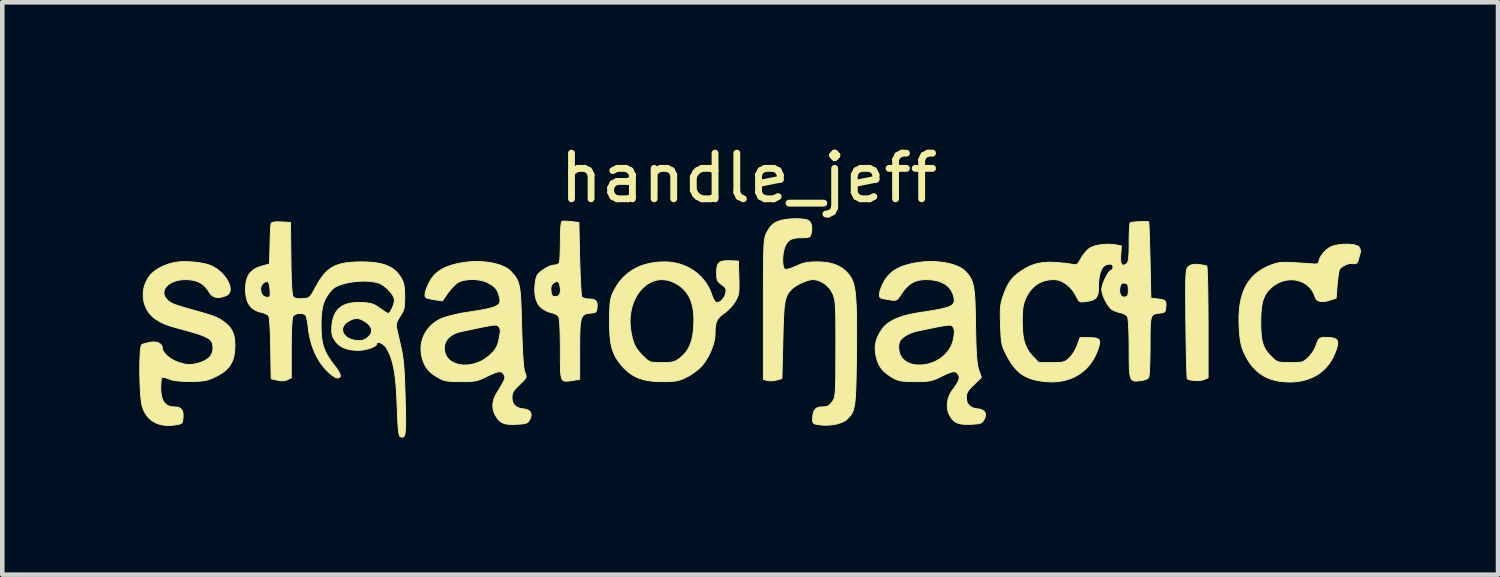
<source format=kicad_pcb>
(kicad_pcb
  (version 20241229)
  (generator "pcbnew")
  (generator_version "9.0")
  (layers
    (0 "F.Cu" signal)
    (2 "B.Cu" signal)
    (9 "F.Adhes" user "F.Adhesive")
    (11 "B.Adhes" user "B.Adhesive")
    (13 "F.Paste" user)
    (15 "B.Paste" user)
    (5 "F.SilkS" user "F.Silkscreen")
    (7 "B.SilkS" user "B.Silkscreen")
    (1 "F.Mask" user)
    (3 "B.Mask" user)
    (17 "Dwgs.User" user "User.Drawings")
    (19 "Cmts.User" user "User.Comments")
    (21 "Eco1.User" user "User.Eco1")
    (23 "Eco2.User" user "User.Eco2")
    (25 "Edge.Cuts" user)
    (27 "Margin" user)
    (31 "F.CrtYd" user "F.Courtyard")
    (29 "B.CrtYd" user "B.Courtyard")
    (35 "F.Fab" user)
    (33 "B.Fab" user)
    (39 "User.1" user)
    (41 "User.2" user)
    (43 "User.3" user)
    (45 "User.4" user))
  (footprint "handle_jeff"
    (layer "F.Cu")
    (at 13.374 3.778)
    (property "Reference" "handle_jeff" (at -0.03 -2.93 0) (unlocked yes) (layer "F.SilkS") (effects (font (size 1 1) (thickness 0.15))))
    (attr smd)
    (fp_poly (pts (xy 9.767 -1.041) (xy 9.784 -1.04) (xy 9.803 -1.039) (xy 9.822 -1.037) (xy 9.852 -1.033) (xy 9.882 -1.029) (xy 9.91 -1.024) (xy 9.935 -1.02) (xy 9.958 -1.015) (xy 9.968 -1.013) (xy 9.976 -1.011) (xy 9.984 -1.008) (xy 9.99 -1.006) (xy 9.995 -1.004) (xy 9.998 -1.002) (xy 10.004 -0.974) (xy 10.009 -0.899) (xy 10.018 -0.632) (xy 10.024 -0.242) (xy 10.027 0.233) (xy 10.027 1.446) (xy 9.931 1.485) (xy 9.912 1.491) (xy 9.89 1.496) (xy 9.867 1.5) (xy 9.841 1.502) (xy 9.815 1.504) (xy 9.788 1.505) (xy 9.76 1.505) (xy 9.733 1.503) (xy 9.706 1.501) (xy 9.68 1.498) (xy 9.656 1.494) (xy 9.634 1.49) (xy 9.614 1.484) (xy 9.596 1.478) (xy 9.589 1.475) (xy 9.582 1.471) (xy 9.576 1.468) (xy 9.571 1.464) (xy 9.567 1.434) (xy 9.563 1.36) (xy 9.554 1.098) (xy 9.546 0.716) (xy 9.54 0.254) (xy 9.538 0.048) (xy 9.537 -0.133) (xy 9.536 -0.29) (xy 9.535 -0.426) (xy 9.535 -0.486) (xy 9.536 -0.541) (xy 9.536 -0.592) (xy 9.537 -0.639) (xy 9.537 -0.681) (xy 9.538 -0.72) (xy 9.54 -0.755) (xy 9.541 -0.786) (xy 9.543 -0.814) (xy 9.545 -0.839) (xy 9.547 -0.862) (xy 9.549 -0.882) (xy 9.552 -0.899) (xy 9.554 -0.907) (xy 9.555 -0.914) (xy 9.557 -0.921) (xy 9.558 -0.927) (xy 9.56 -0.933) (xy 9.562 -0.939) (xy 9.564 -0.944) (xy 9.566 -0.949) (xy 9.568 -0.953) (xy 9.57 -0.958) (xy 9.573 -0.962) (xy 9.575 -0.965) (xy 9.577 -0.969) (xy 9.58 -0.972) (xy 9.585 -0.978) (xy 9.591 -0.984) (xy 9.597 -0.99) (xy 9.603 -0.995) (xy 9.613 -1.003) (xy 9.623 -1.01) (xy 9.634 -1.016) (xy 9.645 -1.021) (xy 9.656 -1.026) (xy 9.668 -1.03) (xy 9.68 -1.033) (xy 9.693 -1.036) (xy 9.706 -1.038) (xy 9.72 -1.04) (xy 9.735 -1.041) (xy 9.751 -1.041)) (stroke (width 0.02) (type solid)) (fill yes) (layer "F.SilkS"))
    (fp_poly (pts (xy -4.04 -1.986) (xy -4.011 -1.985) (xy -3.979 -1.982) (xy -3.946 -1.98) (xy -3.912 -1.976) (xy -3.749 -1.958) (xy -3.732 -1.164) (xy -3.727 -1.004) (xy -3.722 -0.852) (xy -3.716 -0.713) (xy -3.71 -0.59) (xy -3.704 -0.487) (xy -3.698 -0.406) (xy -3.692 -0.352) (xy -3.689 -0.336) (xy -3.686 -0.328) (xy -3.682 -0.324) (xy -3.677 -0.319) (xy -3.671 -0.315) (xy -3.665 -0.311) (xy -3.657 -0.307) (xy -3.649 -0.303) (xy -3.641 -0.299) (xy -3.631 -0.296) (xy -3.621 -0.293) (xy -3.611 -0.291) (xy -3.601 -0.288) (xy -3.59 -0.286) (xy -3.579 -0.285) (xy -3.567 -0.283) (xy -3.556 -0.283) (xy -3.545 -0.283) (xy -3.516 -0.282) (xy -3.489 -0.28) (xy -3.477 -0.279) (xy -3.465 -0.278) (xy -3.454 -0.276) (xy -3.444 -0.274) (xy -3.434 -0.271) (xy -3.425 -0.269) (xy -3.416 -0.265) (xy -3.408 -0.262) (xy -3.401 -0.258) (xy -3.394 -0.254) (xy -3.388 -0.249) (xy -3.382 -0.244) (xy -3.376 -0.239) (xy -3.371 -0.233) (xy -3.367 -0.227) (xy -3.363 -0.22) (xy -3.36 -0.213) (xy -3.357 -0.205) (xy -3.354 -0.197) (xy -3.352 -0.189) (xy -3.351 -0.18) (xy -3.35 -0.17) (xy -3.349 -0.16) (xy -3.348 -0.15) (xy -3.348 -0.139) (xy -3.349 -0.127) (xy -3.351 -0.103) (xy -3.353 -0.083) (xy -3.355 -0.066) (xy -3.357 -0.051) (xy -3.36 -0.038) (xy -3.362 -0.032) (xy -3.364 -0.026) (xy -3.366 -0.021) (xy -3.368 -0.016) (xy -3.371 -0.012) (xy -3.374 -0.008) (xy -3.377 -0.004) (xy -3.38 -0.000318) (xy -3.384 0.003) (xy -3.388 0.006) (xy -3.393 0.008) (xy -3.397 0.011) (xy -3.403 0.013) (xy -3.408 0.015) (xy -3.414 0.017) (xy -3.421 0.018) (xy -3.435 0.021) (xy -3.452 0.024) (xy -3.471 0.026) (xy -3.492 0.028) (xy -3.532 0.032) (xy -3.567 0.037) (xy -3.598 0.046) (xy -3.625 0.058) (xy -3.648 0.075) (xy -3.658 0.085) (xy -3.667 0.097) (xy -3.683 0.126) (xy -3.697 0.162) (xy -3.707 0.207) (xy -3.715 0.261) (xy -3.722 0.325) (xy -3.726 0.401) (xy -3.731 0.59) (xy -3.732 0.836) (xy -3.732 1.478) (xy -3.891 1.503) (xy -3.981 1.515) (xy -4.017 1.518) (xy -4.048 1.517) (xy -4.061 1.515) (xy -4.074 1.512) (xy -4.085 1.507) (xy -4.095 1.501) (xy -4.104 1.493) (xy -4.112 1.483) (xy -4.12 1.471) (xy -4.126 1.457) (xy -4.136 1.421) (xy -4.144 1.376) (xy -4.149 1.32) (xy -4.152 1.25) (xy -4.155 1.071) (xy -4.155 0.829) (xy -4.156 0.695) (xy -4.158 0.568) (xy -4.161 0.451) (xy -4.165 0.346) (xy -4.17 0.256) (xy -4.176 0.185) (xy -4.179 0.157) (xy -4.183 0.135) (xy -4.187 0.119) (xy -4.19 0.109) (xy -4.194 0.102) (xy -4.199 0.096) (xy -4.206 0.089) (xy -4.213 0.082) (xy -4.221 0.075) (xy -4.23 0.068) (xy -4.239 0.062) (xy -4.249 0.056) (xy -4.26 0.05) (xy -4.272 0.044) (xy -4.283 0.039) (xy -4.296 0.034) (xy -4.308 0.03) (xy -4.32 0.026) (xy -4.333 0.023) (xy -4.346 0.021) (xy -4.359 0.018) (xy -4.373 0.014) (xy -4.388 0.009) (xy -4.403 0.004) (xy -4.419 -0.002) (xy -4.434 -0.008) (xy -4.45 -0.015) (xy -4.466 -0.022) (xy -4.481 -0.03) (xy -4.496 -0.038) (xy -4.511 -0.047) (xy -4.525 -0.056) (xy -4.539 -0.064) (xy -4.552 -0.074) (xy -4.564 -0.083) (xy -4.575 -0.092) (xy -4.597 -0.112) (xy -4.616 -0.135) (xy -4.635 -0.16) (xy -4.651 -0.187) (xy -4.665 -0.216) (xy -4.678 -0.247) (xy -4.689 -0.279) (xy -4.698 -0.314) (xy -4.705 -0.351) (xy -4.71 -0.389) (xy -4.714 -0.429) (xy -4.715 -0.471) (xy -4.715 -0.503) (xy -4.363 -0.503) (xy -4.362 -0.489) (xy -4.361 -0.474) (xy -4.36 -0.459) (xy -4.358 -0.44) (xy -4.355 -0.423) (xy -4.353 -0.408) (xy -4.352 -0.401) (xy -4.35 -0.395) (xy -4.349 -0.389) (xy -4.347 -0.383) (xy -4.345 -0.378) (xy -4.343 -0.373) (xy -4.341 -0.369) (xy -4.339 -0.365) (xy -4.337 -0.361) (xy -4.334 -0.358) (xy -4.331 -0.354) (xy -4.328 -0.351) (xy -4.325 -0.349) (xy -4.322 -0.347) (xy -4.318 -0.345) (xy -4.315 -0.343) (xy -4.31 -0.341) (xy -4.306 -0.34) (xy -4.302 -0.339) (xy -4.297 -0.338) (xy -4.292 -0.337) (xy -4.286 -0.336) (xy -4.274 -0.336) (xy -4.261 -0.335) (xy -4.252 -0.336) (xy -4.244 -0.337) (xy -4.236 -0.338) (xy -4.228 -0.34) (xy -4.221 -0.342) (xy -4.214 -0.345) (xy -4.207 -0.348) (xy -4.201 -0.352) (xy -4.195 -0.357) (xy -4.19 -0.362) (xy -4.185 -0.367) (xy -4.18 -0.373) (xy -4.176 -0.379) (xy -4.172 -0.386) (xy -4.168 -0.393) (xy -4.165 -0.401) (xy -4.162 -0.409) (xy -4.16 -0.418) (xy -4.156 -0.437) (xy -4.154 -0.457) (xy -4.154 -0.48) (xy -4.155 -0.504) (xy -4.158 -0.53) (xy -4.163 -0.557) (xy -4.169 -0.586) (xy -4.174 -0.603) (xy -4.179 -0.618) (xy -4.181 -0.624) (xy -4.184 -0.63) (xy -4.187 -0.636) (xy -4.189 -0.641) (xy -4.192 -0.646) (xy -4.195 -0.65) (xy -4.198 -0.654) (xy -4.201 -0.657) (xy -4.205 -0.66) (xy -4.208 -0.662) (xy -4.212 -0.664) (xy -4.216 -0.665) (xy -4.22 -0.666) (xy -4.224 -0.666) (xy -4.229 -0.666) (xy -4.233 -0.665) (xy -4.238 -0.664) (xy -4.244 -0.663) (xy -4.249 -0.661) (xy -4.255 -0.659) (xy -4.26 -0.656) (xy -4.267 -0.653) (xy -4.28 -0.645) (xy -4.294 -0.636) (xy -4.31 -0.625) (xy -4.318 -0.619) (xy -4.325 -0.612) (xy -4.332 -0.605) (xy -4.337 -0.597) (xy -4.343 -0.589) (xy -4.347 -0.581) (xy -4.351 -0.571) (xy -4.355 -0.562) (xy -4.358 -0.551) (xy -4.36 -0.54) (xy -4.361 -0.529) (xy -4.362 -0.516) (xy -4.363 -0.503) (xy -4.715 -0.503) (xy -4.715 -0.514) (xy -4.713 -0.559) (xy -4.708 -0.605) (xy -4.702 -0.653) (xy -4.698 -0.678) (xy -4.695 -0.7) (xy -4.69 -0.721) (xy -4.685 -0.74) (xy -4.68 -0.758) (xy -4.677 -0.767) (xy -4.673 -0.775) (xy -4.67 -0.783) (xy -4.666 -0.79) (xy -4.662 -0.798) (xy -4.657 -0.805) (xy -4.653 -0.812) (xy -4.648 -0.819) (xy -4.642 -0.826) (xy -4.637 -0.833) (xy -4.624 -0.846) (xy -4.61 -0.86) (xy -4.594 -0.873) (xy -4.577 -0.888) (xy -4.558 -0.902) (xy -4.536 -0.918) (xy -4.521 -0.929) (xy -4.505 -0.939) (xy -4.488 -0.95) (xy -4.472 -0.959) (xy -4.455 -0.969) (xy -4.439 -0.977) (xy -4.422 -0.985) (xy -4.406 -0.993) (xy -4.39 -1) (xy -4.374 -1.006) (xy -4.359 -1.011) (xy -4.345 -1.015) (xy -4.331 -1.019) (xy -4.318 -1.021) (xy -4.307 -1.023) (xy -4.296 -1.023) (xy -4.291 -1.023) (xy -4.286 -1.024) (xy -4.281 -1.024) (xy -4.275 -1.024) (xy -4.27 -1.025) (xy -4.265 -1.026) (xy -4.261 -1.027) (xy -4.256 -1.028) (xy -4.251 -1.029) (xy -4.246 -1.03) (xy -4.242 -1.031) (xy -4.237 -1.033) (xy -4.233 -1.034) (xy -4.229 -1.036) (xy -4.224 -1.038) (xy -4.22 -1.04) (xy -4.216 -1.042) (xy -4.213 -1.044) (xy -4.209 -1.046) (xy -4.206 -1.048) (xy -4.202 -1.05) (xy -4.199 -1.053) (xy -4.196 -1.055) (xy -4.193 -1.058) (xy -4.19 -1.06) (xy -4.188 -1.063) (xy -4.185 -1.066) (xy -4.183 -1.068) (xy -4.181 -1.071) (xy -4.179 -1.074) (xy -4.178 -1.077) (xy -4.176 -1.08) (xy -4.172 -1.1) (xy -4.169 -1.135) (xy -4.165 -1.183) (xy -4.162 -1.242) (xy -4.157 -1.386) (xy -4.156 -1.468) (xy -4.155 -1.553) (xy -4.155 -1.602) (xy -4.154 -1.649) (xy -4.154 -1.693) (xy -4.153 -1.733) (xy -4.151 -1.771) (xy -4.149 -1.806) (xy -4.147 -1.838) (xy -4.145 -1.867) (xy -4.142 -1.893) (xy -4.139 -1.915) (xy -4.136 -1.935) (xy -4.133 -1.951) (xy -4.129 -1.964) (xy -4.127 -1.969) (xy -4.125 -1.974) (xy -4.123 -1.977) (xy -4.121 -1.98) (xy -4.119 -1.982) (xy -4.116 -1.983) (xy -4.112 -1.984) (xy -4.105 -1.985) (xy -4.088 -1.986) (xy -4.066 -1.987)) (stroke (width 0.02) (type solid)) (fill yes) (layer "F.SilkS"))
    (fp_poly (pts (xy 1.059 -2.038) (xy 1.094 -2.036) (xy 1.128 -2.034) (xy 1.16 -2.03) (xy 1.19 -2.026) (xy 1.218 -2.021) (xy 1.242 -2.015) (xy 1.251 -2.012) (xy 1.26 -2.009) (xy 1.268 -2.005) (xy 1.275 -2.001) (xy 1.283 -1.996) (xy 1.29 -1.991) (xy 1.296 -1.985) (xy 1.302 -1.979) (xy 1.308 -1.972) (xy 1.314 -1.965) (xy 1.323 -1.949) (xy 1.332 -1.931) (xy 1.339 -1.911) (xy 1.344 -1.891) (xy 1.347 -1.868) (xy 1.349 -1.844) (xy 1.35 -1.819) (xy 1.348 -1.793) (xy 1.345 -1.766) (xy 1.341 -1.737) (xy 1.334 -1.708) (xy 1.33 -1.695) (xy 1.326 -1.683) (xy 1.321 -1.672) (xy 1.316 -1.663) (xy 1.31 -1.655) (xy 1.307 -1.652) (xy 1.303 -1.648) (xy 1.299 -1.645) (xy 1.295 -1.643) (xy 1.29 -1.64) (xy 1.285 -1.638) (xy 1.274 -1.634) (xy 1.261 -1.63) (xy 1.246 -1.628) (xy 1.228 -1.626) (xy 1.209 -1.625) (xy 1.186 -1.624) (xy 1.133 -1.623) (xy 1.093 -1.623) (xy 1.056 -1.621) (xy 1.022 -1.618) (xy 1.006 -1.616) (xy 0.99 -1.614) (xy 0.976 -1.611) (xy 0.961 -1.608) (xy 0.948 -1.605) (xy 0.935 -1.601) (xy 0.922 -1.597) (xy 0.911 -1.592) (xy 0.899 -1.587) (xy 0.888 -1.582) (xy 0.878 -1.576) (xy 0.868 -1.57) (xy 0.858 -1.563) (xy 0.849 -1.556) (xy 0.84 -1.548) (xy 0.832 -1.54) (xy 0.824 -1.531) (xy 0.816 -1.522) (xy 0.809 -1.512) (xy 0.801 -1.502) (xy 0.794 -1.491) (xy 0.788 -1.48) (xy 0.781 -1.468) (xy 0.775 -1.456) (xy 0.763 -1.429) (xy 0.751 -1.397) (xy 0.741 -1.362) (xy 0.732 -1.325) (xy 0.725 -1.286) (xy 0.72 -1.247) (xy 0.716 -1.207) (xy 0.713 -1.167) (xy 0.713 -1.129) (xy 0.714 -1.092) (xy 0.716 -1.057) (xy 0.721 -1.025) (xy 0.726 -0.997) (xy 0.73 -0.984) (xy 0.734 -0.973) (xy 0.738 -0.963) (xy 0.743 -0.953) (xy 0.748 -0.946) (xy 0.754 -0.94) (xy 0.76 -0.935) (xy 0.766 -0.932) (xy 0.772 -0.93) (xy 0.78 -0.93) (xy 0.79 -0.93) (xy 0.801 -0.931) (xy 0.814 -0.933) (xy 0.828 -0.936) (xy 0.843 -0.94) (xy 0.859 -0.944) (xy 0.893 -0.955) (xy 0.931 -0.969) (xy 0.97 -0.985) (xy 1.01 -1.002) (xy 1.066 -1.027) (xy 1.092 -1.038) (xy 1.118 -1.048) (xy 1.143 -1.056) (xy 1.168 -1.064) (xy 1.193 -1.07) (xy 1.219 -1.076) (xy 1.245 -1.081) (xy 1.273 -1.084) (xy 1.302 -1.088) (xy 1.333 -1.09) (xy 1.365 -1.092) (xy 1.4 -1.093) (xy 1.479 -1.094) (xy 1.539 -1.092) (xy 1.596 -1.089) (xy 1.651 -1.083) (xy 1.703 -1.076) (xy 1.753 -1.066) (xy 1.8 -1.054) (xy 1.845 -1.04) (xy 1.888 -1.024) (xy 1.929 -1.005) (xy 1.949 -0.995) (xy 1.968 -0.984) (xy 1.987 -0.973) (xy 2.006 -0.961) (xy 2.041 -0.936) (xy 2.076 -0.908) (xy 2.108 -0.877) (xy 2.14 -0.844) (xy 2.17 -0.808) (xy 2.197 -0.771) (xy 2.22 -0.731) (xy 2.241 -0.686) (xy 2.259 -0.635) (xy 2.275 -0.576) (xy 2.289 -0.509) (xy 2.301 -0.432) (xy 2.31 -0.343) (xy 2.324 -0.126) (xy 2.331 0.152) (xy 2.332 0.502) (xy 2.329 0.935) (xy 2.326 1.143) (xy 2.323 1.327) (xy 2.32 1.488) (xy 2.316 1.629) (xy 2.311 1.751) (xy 2.308 1.806) (xy 2.305 1.856) (xy 2.301 1.903) (xy 2.297 1.946) (xy 2.293 1.986) (xy 2.288 2.022) (xy 2.282 2.055) (xy 2.276 2.086) (xy 2.27 2.114) (xy 2.263 2.14) (xy 2.255 2.164) (xy 2.246 2.186) (xy 2.237 2.206) (xy 2.227 2.225) (xy 2.217 2.243) (xy 2.205 2.26) (xy 2.193 2.276) (xy 2.179 2.291) (xy 2.165 2.307) (xy 2.15 2.322) (xy 2.117 2.353) (xy 2.096 2.371) (xy 2.071 2.388) (xy 2.043 2.403) (xy 2.012 2.418) (xy 1.978 2.431) (xy 1.942 2.442) (xy 1.903 2.453) (xy 1.863 2.462) (xy 1.822 2.469) (xy 1.78 2.475) (xy 1.737 2.479) (xy 1.694 2.481) (xy 1.65 2.482) (xy 1.608 2.481) (xy 1.566 2.478) (xy 1.525 2.473) (xy 1.497 2.469) (xy 1.473 2.465) (xy 1.452 2.462) (xy 1.434 2.458) (xy 1.426 2.456) (xy 1.419 2.454) (xy 1.412 2.451) (xy 1.406 2.449) (xy 1.401 2.446) (xy 1.396 2.443) (xy 1.391 2.44) (xy 1.387 2.436) (xy 1.384 2.433) (xy 1.381 2.429) (xy 1.378 2.424) (xy 1.376 2.419) (xy 1.374 2.414) (xy 1.373 2.408) (xy 1.371 2.402) (xy 1.37 2.395) (xy 1.37 2.388) (xy 1.369 2.38) (xy 1.369 2.363) (xy 1.369 2.343) (xy 1.369 2.321) (xy 1.371 2.29) (xy 1.375 2.262) (xy 1.377 2.249) (xy 1.379 2.236) (xy 1.382 2.224) (xy 1.385 2.212) (xy 1.388 2.201) (xy 1.392 2.19) (xy 1.396 2.18) (xy 1.401 2.171) (xy 1.406 2.162) (xy 1.411 2.153) (xy 1.417 2.145) (xy 1.423 2.138) (xy 1.429 2.13) (xy 1.436 2.124) (xy 1.443 2.118) (xy 1.451 2.112) (xy 1.459 2.107) (xy 1.467 2.103) (xy 1.476 2.098) (xy 1.485 2.095) (xy 1.495 2.091) (xy 1.505 2.089) (xy 1.515 2.086) (xy 1.526 2.084) (xy 1.537 2.083) (xy 1.549 2.082) (xy 1.561 2.081) (xy 1.574 2.081) (xy 1.597 2.081) (xy 1.618 2.08) (xy 1.637 2.078) (xy 1.654 2.076) (xy 1.662 2.074) (xy 1.67 2.073) (xy 1.678 2.07) (xy 1.685 2.068) (xy 1.693 2.065) (xy 1.7 2.062) (xy 1.706 2.059) (xy 1.713 2.055) (xy 1.719 2.052) (xy 1.726 2.047) (xy 1.732 2.042) (xy 1.738 2.037) (xy 1.744 2.032) (xy 1.751 2.026) (xy 1.763 2.013) (xy 1.776 1.998) (xy 1.789 1.98) (xy 1.803 1.961) (xy 1.817 1.94) (xy 1.835 1.907) (xy 1.843 1.886) (xy 1.849 1.86) (xy 1.86 1.791) (xy 1.867 1.691) (xy 1.872 1.552) (xy 1.875 1.363) (xy 1.877 0.808) (xy 1.877 0.481) (xy 1.876 0.228) (xy 1.875 0.125) (xy 1.873 0.036) (xy 1.87 -0.04) (xy 1.867 -0.106) (xy 1.863 -0.161) (xy 1.859 -0.209) (xy 1.853 -0.25) (xy 1.85 -0.268) (xy 1.846 -0.285) (xy 1.842 -0.302) (xy 1.838 -0.317) (xy 1.829 -0.346) (xy 1.819 -0.374) (xy 1.807 -0.402) (xy 1.791 -0.434) (xy 1.773 -0.465) (xy 1.752 -0.495) (xy 1.73 -0.523) (xy 1.706 -0.549) (xy 1.68 -0.574) (xy 1.653 -0.598) (xy 1.624 -0.619) (xy 1.595 -0.638) (xy 1.564 -0.655) (xy 1.533 -0.67) (xy 1.501 -0.683) (xy 1.469 -0.693) (xy 1.437 -0.7) (xy 1.405 -0.704) (xy 1.389 -0.705) (xy 1.373 -0.706) (xy 1.349 -0.705) (xy 1.322 -0.701) (xy 1.293 -0.694) (xy 1.261 -0.686) (xy 1.229 -0.675) (xy 1.195 -0.663) (xy 1.16 -0.649) (xy 1.126 -0.634) (xy 1.092 -0.617) (xy 1.058 -0.6) (xy 1.026 -0.582) (xy 0.996 -0.563) (xy 0.968 -0.544) (xy 0.942 -0.525) (xy 0.919 -0.506) (xy 0.9 -0.487) (xy 0.874 -0.458) (xy 0.85 -0.429) (xy 0.83 -0.398) (xy 0.811 -0.366) (xy 0.796 -0.33) (xy 0.782 -0.289) (xy 0.77 -0.243) (xy 0.76 -0.189) (xy 0.751 -0.128) (xy 0.743 -0.057) (xy 0.732 0.119) (xy 0.724 0.346) (xy 0.717 0.635) (xy 0.696 1.46) (xy 0.583 1.492) (xy 0.571 1.495) (xy 0.559 1.498) (xy 0.546 1.501) (xy 0.533 1.503) (xy 0.519 1.505) (xy 0.506 1.507) (xy 0.492 1.508) (xy 0.478 1.509) (xy 0.465 1.51) (xy 0.451 1.51) (xy 0.438 1.51) (xy 0.425 1.509) (xy 0.413 1.508) (xy 0.402 1.507) (xy 0.391 1.505) (xy 0.382 1.503) (xy 0.29 1.481) (xy 0.29 -0.057) (xy 0.29 -0.535) (xy 0.291 -0.905) (xy 0.293 -1.054) (xy 0.294 -1.182) (xy 0.297 -1.29) (xy 0.3 -1.381) (xy 0.303 -1.457) (xy 0.308 -1.519) (xy 0.31 -1.546) (xy 0.313 -1.57) (xy 0.316 -1.592) (xy 0.32 -1.612) (xy 0.323 -1.629) (xy 0.327 -1.645) (xy 0.331 -1.66) (xy 0.336 -1.674) (xy 0.341 -1.687) (xy 0.346 -1.699) (xy 0.357 -1.722) (xy 0.373 -1.754) (xy 0.39 -1.783) (xy 0.407 -1.81) (xy 0.424 -1.835) (xy 0.441 -1.858) (xy 0.459 -1.88) (xy 0.478 -1.899) (xy 0.498 -1.916) (xy 0.518 -1.932) (xy 0.54 -1.947) (xy 0.562 -1.96) (xy 0.587 -1.971) (xy 0.612 -1.982) (xy 0.639 -1.991) (xy 0.668 -2) (xy 0.699 -2.008) (xy 0.731 -2.014) (xy 0.764 -2.021) (xy 0.799 -2.026) (xy 0.835 -2.03) (xy 0.872 -2.034) (xy 0.91 -2.036) (xy 0.948 -2.038) (xy 0.985 -2.039) (xy 1.023 -2.039)) (stroke (width 0.02) (type solid)) (fill yes) (layer "F.SilkS"))
    (fp_poly (pts (xy 13.096 -1.481) (xy 13.14 -1.479) (xy 13.181 -1.475) (xy 13.219 -1.469) (xy 13.253 -1.461) (xy 13.283 -1.451) (xy 13.296 -1.445) (xy 13.307 -1.439) (xy 13.317 -1.433) (xy 13.325 -1.426) (xy 13.33 -1.419) (xy 13.335 -1.413) (xy 13.34 -1.406) (xy 13.344 -1.398) (xy 13.348 -1.391) (xy 13.352 -1.383) (xy 13.355 -1.375) (xy 13.358 -1.367) (xy 13.36 -1.359) (xy 13.362 -1.352) (xy 13.364 -1.344) (xy 13.365 -1.336) (xy 13.365 -1.329) (xy 13.365 -1.322) (xy 13.365 -1.315) (xy 13.364 -1.309) (xy 13.36 -1.296) (xy 13.355 -1.279) (xy 13.344 -1.241) (xy 13.321 -1.157) (xy 13.317 -1.14) (xy 13.313 -1.125) (xy 13.308 -1.112) (xy 13.306 -1.106) (xy 13.303 -1.1) (xy 13.3 -1.094) (xy 13.298 -1.089) (xy 13.294 -1.085) (xy 13.291 -1.081) (xy 13.288 -1.077) (xy 13.284 -1.073) (xy 13.28 -1.07) (xy 13.276 -1.067) (xy 13.272 -1.064) (xy 13.267 -1.062) (xy 13.262 -1.06) (xy 13.257 -1.059) (xy 13.252 -1.057) (xy 13.246 -1.056) (xy 13.24 -1.055) (xy 13.234 -1.055) (xy 13.22 -1.054) (xy 13.205 -1.055) (xy 13.188 -1.056) (xy 13.17 -1.059) (xy 13.162 -1.059) (xy 13.154 -1.06) (xy 13.146 -1.059) (xy 13.137 -1.058) (xy 13.128 -1.057) (xy 13.118 -1.055) (xy 13.099 -1.051) (xy 13.078 -1.044) (xy 13.057 -1.037) (xy 13.036 -1.028) (xy 13.016 -1.018) (xy 12.996 -1.007) (xy 12.977 -0.996) (xy 12.959 -0.984) (xy 12.943 -0.972) (xy 12.929 -0.96) (xy 12.923 -0.954) (xy 12.917 -0.948) (xy 12.912 -0.942) (xy 12.908 -0.936) (xy 12.904 -0.93) (xy 12.902 -0.925) (xy 12.896 -0.906) (xy 12.89 -0.878) (xy 12.884 -0.842) (xy 12.877 -0.798) (xy 12.87 -0.75) (xy 12.864 -0.696) (xy 12.858 -0.64) (xy 12.852 -0.582) (xy 12.831 -0.3) (xy 12.69 -0.254) (xy 12.674 -0.249) (xy 12.658 -0.245) (xy 12.643 -0.241) (xy 12.628 -0.237) (xy 12.613 -0.234) (xy 12.599 -0.231) (xy 12.585 -0.229) (xy 12.571 -0.227) (xy 12.558 -0.226) (xy 12.545 -0.225) (xy 12.533 -0.225) (xy 12.521 -0.225) (xy 12.509 -0.226) (xy 12.498 -0.227) (xy 12.487 -0.228) (xy 12.477 -0.231) (xy 12.467 -0.233) (xy 12.457 -0.236) (xy 12.448 -0.24) (xy 12.439 -0.244) (xy 12.431 -0.248) (xy 12.423 -0.253) (xy 12.415 -0.258) (xy 12.408 -0.264) (xy 12.402 -0.271) (xy 12.396 -0.277) (xy 12.39 -0.285) (xy 12.385 -0.293) (xy 12.38 -0.301) (xy 12.376 -0.31) (xy 12.372 -0.319) (xy 12.369 -0.328) (xy 12.357 -0.364) (xy 12.342 -0.398) (xy 12.326 -0.43) (xy 12.308 -0.461) (xy 12.288 -0.489) (xy 12.267 -0.517) (xy 12.243 -0.542) (xy 12.219 -0.565) (xy 12.193 -0.587) (xy 12.166 -0.607) (xy 12.137 -0.625) (xy 12.108 -0.641) (xy 12.077 -0.656) (xy 12.045 -0.668) (xy 12.013 -0.679) (xy 11.98 -0.687) (xy 11.946 -0.694) (xy 11.912 -0.699) (xy 11.877 -0.701) (xy 11.842 -0.702) (xy 11.807 -0.7) (xy 11.771 -0.697) (xy 11.736 -0.691) (xy 11.7 -0.684) (xy 11.665 -0.674) (xy 11.629 -0.662) (xy 11.594 -0.648) (xy 11.56 -0.631) (xy 11.526 -0.613) (xy 11.492 -0.592) (xy 11.459 -0.569) (xy 11.427 -0.544) (xy 11.393 -0.514) (xy 11.362 -0.483) (xy 11.334 -0.451) (xy 11.308 -0.417) (xy 11.285 -0.382) (xy 11.265 -0.345) (xy 11.248 -0.305) (xy 11.232 -0.262) (xy 11.219 -0.216) (xy 11.208 -0.166) (xy 11.199 -0.112) (xy 11.192 -0.054) (xy 11.187 0.009) (xy 11.183 0.077) (xy 11.181 0.15) (xy 11.18 0.229) (xy 11.181 0.307) (xy 11.183 0.379) (xy 11.186 0.445) (xy 11.191 0.505) (xy 11.197 0.561) (xy 11.206 0.612) (xy 11.211 0.637) (xy 11.217 0.66) (xy 11.223 0.683) (xy 11.23 0.704) (xy 11.237 0.726) (xy 11.245 0.746) (xy 11.254 0.766) (xy 11.263 0.786) (xy 11.273 0.805) (xy 11.284 0.823) (xy 11.296 0.842) (xy 11.308 0.86) (xy 11.321 0.878) (xy 11.335 0.896) (xy 11.366 0.932) (xy 11.4 0.968) (xy 11.438 1.005) (xy 11.473 1.038) (xy 11.489 1.052) (xy 11.505 1.063) (xy 11.52 1.073) (xy 11.537 1.082) (xy 11.554 1.089) (xy 11.572 1.095) (xy 11.593 1.1) (xy 11.615 1.103) (xy 11.641 1.106) (xy 11.669 1.108) (xy 11.702 1.11) (xy 11.738 1.11) (xy 11.826 1.111) (xy 11.915 1.111) (xy 11.952 1.11) (xy 11.985 1.109) (xy 12.014 1.107) (xy 12.027 1.105) (xy 12.039 1.104) (xy 12.051 1.102) (xy 12.062 1.1) (xy 12.072 1.098) (xy 12.082 1.095) (xy 12.091 1.092) (xy 12.1 1.089) (xy 12.109 1.085) (xy 12.118 1.081) (xy 12.126 1.076) (xy 12.134 1.072) (xy 12.142 1.066) (xy 12.151 1.06) (xy 12.159 1.054) (xy 12.167 1.047) (xy 12.185 1.032) (xy 12.204 1.014) (xy 12.224 0.995) (xy 12.237 0.982) (xy 12.25 0.968) (xy 12.262 0.954) (xy 12.275 0.938) (xy 12.288 0.922) (xy 12.3 0.906) (xy 12.312 0.888) (xy 12.323 0.871) (xy 12.334 0.853) (xy 12.345 0.836) (xy 12.354 0.818) (xy 12.363 0.801) (xy 12.371 0.784) (xy 12.379 0.768) (xy 12.385 0.752) (xy 12.39 0.737) (xy 12.4 0.706) (xy 12.41 0.679) (xy 12.42 0.656) (xy 12.43 0.635) (xy 12.434 0.626) (xy 12.44 0.617) (xy 12.445 0.61) (xy 12.45 0.602) (xy 12.456 0.596) (xy 12.462 0.59) (xy 12.468 0.585) (xy 12.475 0.58) (xy 12.482 0.576) (xy 12.489 0.572) (xy 12.497 0.569) (xy 12.505 0.566) (xy 12.514 0.564) (xy 12.523 0.562) (xy 12.533 0.561) (xy 12.544 0.559) (xy 12.567 0.558) (xy 12.593 0.558) (xy 12.622 0.559) (xy 12.655 0.561) (xy 12.693 0.563) (xy 12.727 0.567) (xy 12.757 0.572) (xy 12.77 0.575) (xy 12.783 0.578) (xy 12.795 0.582) (xy 12.805 0.586) (xy 12.815 0.591) (xy 12.824 0.596) (xy 12.832 0.602) (xy 12.839 0.608) (xy 12.845 0.615) (xy 12.85 0.622) (xy 12.855 0.63) (xy 12.858 0.639) (xy 12.861 0.648) (xy 12.863 0.658) (xy 12.864 0.668) (xy 12.865 0.679) (xy 12.865 0.691) (xy 12.864 0.703) (xy 12.862 0.717) (xy 12.859 0.731) (xy 12.853 0.761) (xy 12.843 0.795) (xy 12.831 0.832) (xy 12.795 0.926) (xy 12.753 1.014) (xy 12.73 1.056) (xy 12.705 1.096) (xy 12.678 1.134) (xy 12.65 1.17) (xy 12.621 1.205) (xy 12.59 1.239) (xy 12.557 1.27) (xy 12.523 1.3) (xy 12.488 1.328) (xy 12.452 1.355) (xy 12.414 1.379) (xy 12.375 1.402) (xy 12.334 1.424) (xy 12.293 1.443) (xy 12.206 1.476) (xy 12.114 1.503) (xy 12.018 1.521) (xy 11.918 1.533) (xy 11.813 1.536) (xy 11.705 1.532) (xy 11.593 1.52) (xy 11.528 1.508) (xy 11.465 1.493) (xy 11.404 1.475) (xy 11.346 1.453) (xy 11.29 1.427) (xy 11.236 1.398) (xy 11.185 1.365) (xy 11.135 1.329) (xy 11.088 1.289) (xy 11.043 1.246) (xy 11 1.199) (xy 10.96 1.148) (xy 10.922 1.094) (xy 10.886 1.036) (xy 10.852 0.975) (xy 10.82 0.91) (xy 10.807 0.88) (xy 10.795 0.852) (xy 10.784 0.823) (xy 10.774 0.795) (xy 10.765 0.766) (xy 10.757 0.737) (xy 10.749 0.706) (xy 10.743 0.675) (xy 10.737 0.642) (xy 10.731 0.607) (xy 10.722 0.53) (xy 10.714 0.443) (xy 10.707 0.342) (xy 10.703 0.202) (xy 10.703 0.135) (xy 10.704 0.07) (xy 10.708 0.007) (xy 10.713 -0.054) (xy 10.719 -0.113) (xy 10.728 -0.171) (xy 10.738 -0.227) (xy 10.749 -0.281) (xy 10.763 -0.333) (xy 10.778 -0.383) (xy 10.795 -0.432) (xy 10.813 -0.478) (xy 10.833 -0.524) (xy 10.856 -0.567) (xy 10.879 -0.609) (xy 10.905 -0.649) (xy 10.933 -0.687) (xy 10.962 -0.724) (xy 10.993 -0.759) (xy 11.026 -0.793) (xy 11.061 -0.825) (xy 11.097 -0.855) (xy 11.136 -0.884) (xy 11.176 -0.911) (xy 11.219 -0.937) (xy 11.263 -0.962) (xy 11.309 -0.985) (xy 11.357 -1.006) (xy 11.407 -1.026) (xy 11.459 -1.045) (xy 11.514 -1.062) (xy 11.568 -1.074) (xy 11.596 -1.079) (xy 11.627 -1.082) (xy 11.7 -1.085) (xy 11.796 -1.083) (xy 11.923 -1.077) (xy 12.302 -1.052) (xy 12.323 -1.05) (xy 12.341 -1.049) (xy 12.358 -1.048) (xy 12.366 -1.048) (xy 12.373 -1.048) (xy 12.38 -1.048) (xy 12.387 -1.049) (xy 12.393 -1.049) (xy 12.398 -1.05) (xy 12.404 -1.051) (xy 12.409 -1.052) (xy 12.413 -1.054) (xy 12.417 -1.055) (xy 12.421 -1.057) (xy 12.425 -1.059) (xy 12.429 -1.061) (xy 12.432 -1.063) (xy 12.435 -1.066) (xy 12.437 -1.069) (xy 12.44 -1.072) (xy 12.442 -1.075) (xy 12.444 -1.079) (xy 12.446 -1.083) (xy 12.447 -1.087) (xy 12.449 -1.091) (xy 12.45 -1.096) (xy 12.451 -1.101) (xy 12.453 -1.106) (xy 12.454 -1.112) (xy 12.459 -1.133) (xy 12.467 -1.155) (xy 12.476 -1.177) (xy 12.487 -1.199) (xy 12.5 -1.222) (xy 12.515 -1.244) (xy 12.53 -1.265) (xy 12.547 -1.287) (xy 12.565 -1.307) (xy 12.584 -1.327) (xy 12.604 -1.346) (xy 12.625 -1.364) (xy 12.647 -1.381) (xy 12.669 -1.396) (xy 12.692 -1.41) (xy 12.715 -1.422) (xy 12.747 -1.436) (xy 12.783 -1.448) (xy 12.823 -1.458) (xy 12.866 -1.466) (xy 12.911 -1.473) (xy 12.957 -1.478) (xy 13.004 -1.481) (xy 13.05 -1.482)) (stroke (width 0.02) (type solid)) (fill yes) (layer "F.SilkS"))
    (fp_poly (pts (xy -0.416 -1.119) (xy -0.257 -1.112) (xy -0.246 -0.745) (xy -0.243 -0.632) (xy -0.243 -0.585) (xy -0.243 -0.543) (xy -0.243 -0.505) (xy -0.245 -0.471) (xy -0.248 -0.441) (xy -0.251 -0.414) (xy -0.253 -0.401) (xy -0.256 -0.389) (xy -0.259 -0.377) (xy -0.262 -0.365) (xy -0.265 -0.354) (xy -0.269 -0.343) (xy -0.278 -0.321) (xy -0.288 -0.299) (xy -0.299 -0.276) (xy -0.313 -0.252) (xy -0.327 -0.226) (xy -0.337 -0.21) (xy -0.349 -0.193) (xy -0.361 -0.176) (xy -0.374 -0.158) (xy -0.389 -0.14) (xy -0.404 -0.122) (xy -0.42 -0.104) (xy -0.436 -0.087) (xy -0.453 -0.069) (xy -0.47 -0.053) (xy -0.487 -0.036) (xy -0.504 -0.021) (xy -0.521 -0.006) (xy -0.538 0.008) (xy -0.555 0.02) (xy -0.571 0.031) (xy -0.6 0.052) (xy -0.626 0.073) (xy -0.649 0.093) (xy -0.67 0.114) (xy -0.689 0.135) (xy -0.705 0.158) (xy -0.719 0.181) (xy -0.731 0.206) (xy -0.741 0.232) (xy -0.749 0.261) (xy -0.755 0.292) (xy -0.76 0.326) (xy -0.764 0.362) (xy -0.767 0.402) (xy -0.768 0.446) (xy -0.768 0.494) (xy -0.77 0.531) (xy -0.774 0.571) (xy -0.782 0.614) (xy -0.791 0.658) (xy -0.803 0.703) (xy -0.818 0.749) (xy -0.835 0.796) (xy -0.853 0.842) (xy -0.874 0.889) (xy -0.896 0.935) (xy -0.919 0.98) (xy -0.944 1.024) (xy -0.97 1.066) (xy -0.997 1.106) (xy -1.025 1.143) (xy -1.054 1.178) (xy -1.069 1.194) (xy -1.085 1.211) (xy -1.103 1.228) (xy -1.122 1.245) (xy -1.143 1.263) (xy -1.164 1.28) (xy -1.186 1.298) (xy -1.209 1.315) (xy -1.232 1.332) (xy -1.255 1.348) (xy -1.278 1.364) (xy -1.301 1.379) (xy -1.324 1.393) (xy -1.347 1.406) (xy -1.368 1.418) (xy -1.389 1.428) (xy -1.452 1.458) (xy -1.48 1.47) (xy -1.507 1.481) (xy -1.534 1.49) (xy -1.56 1.498) (xy -1.587 1.505) (xy -1.614 1.511) (xy -1.643 1.516) (xy -1.674 1.519) (xy -1.707 1.522) (xy -1.744 1.524) (xy -1.827 1.527) (xy -1.929 1.527) (xy -2.005 1.526) (xy -2.077 1.523) (xy -2.146 1.517) (xy -2.211 1.509) (xy -2.272 1.498) (xy -2.331 1.485) (xy -2.387 1.469) (xy -2.44 1.45) (xy -2.491 1.429) (xy -2.54 1.404) (xy -2.587 1.377) (xy -2.632 1.346) (xy -2.676 1.311) (xy -2.718 1.274) (xy -2.76 1.233) (xy -2.8 1.189) (xy -2.84 1.142) (xy -2.876 1.096) (xy -2.909 1.05) (xy -2.938 1.003) (xy -2.964 0.956) (xy -2.986 0.906) (xy -3.006 0.854) (xy -3.023 0.8) (xy -3.038 0.742) (xy -3.05 0.68) (xy -3.059 0.613) (xy -3.067 0.542) (xy -3.072 0.464) (xy -3.076 0.381) (xy -3.078 0.291) (xy -3.079 0.194) (xy -3.079 0.189) (xy -2.629 0.189) (xy -2.628 0.256) (xy -2.623 0.325) (xy -2.615 0.395) (xy -2.603 0.465) (xy -2.594 0.51) (xy -2.585 0.552) (xy -2.575 0.59) (xy -2.565 0.627) (xy -2.553 0.661) (xy -2.541 0.693) (xy -2.527 0.724) (xy -2.513 0.754) (xy -2.496 0.783) (xy -2.478 0.811) (xy -2.458 0.84) (xy -2.436 0.868) (xy -2.411 0.896) (xy -2.385 0.926) (xy -2.356 0.956) (xy -2.324 0.987) (xy -2.282 1.027) (xy -2.264 1.043) (xy -2.247 1.057) (xy -2.23 1.069) (xy -2.213 1.079) (xy -2.196 1.087) (xy -2.177 1.094) (xy -2.157 1.099) (xy -2.136 1.103) (xy -2.111 1.106) (xy -2.084 1.109) (xy -2.053 1.11) (xy -2.017 1.111) (xy -1.933 1.111) (xy -1.891 1.111) (xy -1.853 1.11) (xy -1.818 1.109) (xy -1.788 1.108) (xy -1.76 1.106) (xy -1.734 1.103) (xy -1.711 1.099) (xy -1.701 1.097) (xy -1.69 1.095) (xy -1.68 1.092) (xy -1.67 1.089) (xy -1.661 1.086) (xy -1.651 1.082) (xy -1.642 1.078) (xy -1.633 1.074) (xy -1.615 1.065) (xy -1.597 1.054) (xy -1.578 1.042) (xy -1.559 1.028) (xy -1.538 1.012) (xy -1.501 0.982) (xy -1.467 0.951) (xy -1.436 0.918) (xy -1.407 0.883) (xy -1.381 0.846) (xy -1.357 0.807) (xy -1.335 0.766) (xy -1.316 0.722) (xy -1.298 0.676) (xy -1.283 0.628) (xy -1.27 0.576) (xy -1.259 0.522) (xy -1.25 0.464) (xy -1.243 0.403) (xy -1.238 0.339) (xy -1.234 0.271) (xy -1.233 0.228) (xy -1.232 0.186) (xy -1.232 0.145) (xy -1.233 0.105) (xy -1.236 0.066) (xy -1.239 0.028) (xy -1.243 -0.009) (xy -1.248 -0.045) (xy -1.253 -0.08) (xy -1.26 -0.114) (xy -1.268 -0.147) (xy -1.277 -0.179) (xy -1.286 -0.21) (xy -1.297 -0.241) (xy -1.308 -0.27) (xy -1.321 -0.298) (xy -1.334 -0.326) (xy -1.349 -0.353) (xy -1.364 -0.378) (xy -1.381 -0.403) (xy -1.398 -0.427) (xy -1.416 -0.45) (xy -1.436 -0.472) (xy -1.456 -0.494) (xy -1.477 -0.514) (xy -1.499 -0.534) (xy -1.523 -0.553) (xy -1.547 -0.571) (xy -1.572 -0.588) (xy -1.598 -0.605) (xy -1.626 -0.62) (xy -1.654 -0.635) (xy -1.706 -0.659) (xy -1.758 -0.678) (xy -1.81 -0.692) (xy -1.861 -0.701) (xy -1.912 -0.705) (xy -1.961 -0.705) (xy -2.011 -0.7) (xy -2.059 -0.691) (xy -2.106 -0.677) (xy -2.152 -0.659) (xy -2.196 -0.638) (xy -2.239 -0.613) (xy -2.281 -0.584) (xy -2.32 -0.551) (xy -2.358 -0.516) (xy -2.394 -0.477) (xy -2.428 -0.435) (xy -2.46 -0.39) (xy -2.489 -0.342) (xy -2.516 -0.292) (xy -2.541 -0.239) (xy -2.562 -0.184) (xy -2.581 -0.126) (xy -2.597 -0.067) (xy -2.61 -0.005) (xy -2.619 0.058) (xy -2.626 0.122) (xy -2.629 0.189) (xy -3.079 0.189) (xy -3.077 0.061) (xy -3.076 0.004) (xy -3.074 -0.048) (xy -3.072 -0.094) (xy -3.07 -0.137) (xy -3.067 -0.175) (xy -3.063 -0.21) (xy -3.058 -0.242) (xy -3.053 -0.272) (xy -3.047 -0.299) (xy -3.04 -0.325) (xy -3.032 -0.35) (xy -3.023 -0.375) (xy -3.013 -0.399) (xy -3.002 -0.424) (xy -2.962 -0.503) (xy -2.918 -0.577) (xy -2.87 -0.647) (xy -2.818 -0.711) (xy -2.761 -0.771) (xy -2.7 -0.826) (xy -2.635 -0.876) (xy -2.566 -0.922) (xy -2.493 -0.961) (xy -2.416 -0.996) (xy -2.335 -1.026) (xy -2.25 -1.05) (xy -2.162 -1.069) (xy -2.07 -1.083) (xy -1.975 -1.091) (xy -1.876 -1.094) (xy -1.831 -1.093) (xy -1.787 -1.091) (xy -1.743 -1.087) (xy -1.7 -1.081) (xy -1.657 -1.074) (xy -1.615 -1.065) (xy -1.573 -1.055) (xy -1.532 -1.043) (xy -1.492 -1.03) (xy -1.452 -1.015) (xy -1.413 -0.999) (xy -1.375 -0.982) (xy -1.338 -0.963) (xy -1.302 -0.943) (xy -1.267 -0.922) (xy -1.232 -0.899) (xy -1.199 -0.875) (xy -1.167 -0.85) (xy -1.135 -0.824) (xy -1.105 -0.796) (xy -1.076 -0.767) (xy -1.048 -0.737) (xy -1.022 -0.706) (xy -0.996 -0.674) (xy -0.972 -0.641) (xy -0.949 -0.607) (xy -0.928 -0.572) (xy -0.908 -0.536) (xy -0.889 -0.498) (xy -0.872 -0.46) (xy -0.857 -0.421) (xy -0.843 -0.381) (xy -0.838 -0.368) (xy -0.833 -0.355) (xy -0.828 -0.342) (xy -0.822 -0.329) (xy -0.817 -0.316) (xy -0.811 -0.304) (xy -0.806 -0.292) (xy -0.8 -0.28) (xy -0.795 -0.27) (xy -0.789 -0.26) (xy -0.783 -0.25) (xy -0.778 -0.242) (xy -0.773 -0.235) (xy -0.768 -0.228) (xy -0.763 -0.223) (xy -0.76 -0.221) (xy -0.758 -0.219) (xy -0.752 -0.214) (xy -0.745 -0.21) (xy -0.738 -0.208) (xy -0.731 -0.206) (xy -0.724 -0.205) (xy -0.716 -0.204) (xy -0.708 -0.205) (xy -0.7 -0.207) (xy -0.692 -0.209) (xy -0.684 -0.212) (xy -0.676 -0.216) (xy -0.667 -0.22) (xy -0.659 -0.225) (xy -0.65 -0.231) (xy -0.642 -0.237) (xy -0.634 -0.244) (xy -0.617 -0.26) (xy -0.602 -0.277) (xy -0.587 -0.296) (xy -0.573 -0.317) (xy -0.561 -0.339) (xy -0.556 -0.35) (xy -0.551 -0.362) (xy -0.546 -0.373) (xy -0.542 -0.385) (xy -0.539 -0.397) (xy -0.536 -0.41) (xy -0.533 -0.427) (xy -0.53 -0.442) (xy -0.529 -0.456) (xy -0.529 -0.463) (xy -0.529 -0.47) (xy -0.529 -0.476) (xy -0.529 -0.482) (xy -0.53 -0.487) (xy -0.531 -0.493) (xy -0.532 -0.498) (xy -0.533 -0.503) (xy -0.535 -0.509) (xy -0.537 -0.514) (xy -0.54 -0.519) (xy -0.543 -0.523) (xy -0.546 -0.528) (xy -0.549 -0.533) (xy -0.553 -0.538) (xy -0.558 -0.543) (xy -0.562 -0.547) (xy -0.567 -0.552) (xy -0.579 -0.563) (xy -0.592 -0.573) (xy -0.607 -0.584) (xy -0.624 -0.597) (xy -0.641 -0.609) (xy -0.656 -0.621) (xy -0.669 -0.633) (xy -0.681 -0.644) (xy -0.691 -0.655) (xy -0.7 -0.666) (xy -0.708 -0.678) (xy -0.714 -0.69) (xy -0.719 -0.704) (xy -0.724 -0.718) (xy -0.727 -0.734) (xy -0.729 -0.751) (xy -0.731 -0.77) (xy -0.732 -0.791) (xy -0.733 -0.814) (xy -0.733 -0.84) (xy -0.733 -0.872) (xy -0.732 -0.901) (xy -0.731 -0.927) (xy -0.73 -0.939) (xy -0.729 -0.951) (xy -0.727 -0.962) (xy -0.726 -0.973) (xy -0.724 -0.983) (xy -0.722 -0.993) (xy -0.72 -1.002) (xy -0.717 -1.011) (xy -0.715 -1.019) (xy -0.712 -1.026) (xy -0.709 -1.034) (xy -0.706 -1.041) (xy -0.702 -1.047) (xy -0.698 -1.053) (xy -0.694 -1.059) (xy -0.689 -1.065) (xy -0.685 -1.07) (xy -0.68 -1.075) (xy -0.674 -1.079) (xy -0.669 -1.083) (xy -0.663 -1.087) (xy -0.656 -1.091) (xy -0.65 -1.095) (xy -0.642 -1.098) (xy -0.635 -1.101) (xy -0.627 -1.105) (xy -0.621 -1.106) (xy -0.614 -1.108) (xy -0.595 -1.112) (xy -0.571 -1.115) (xy -0.544 -1.117) (xy -0.514 -1.119) (xy -0.482 -1.119) (xy -0.449 -1.119)) (stroke (width 0.02) (type solid)) (fill yes) (layer "F.SilkS"))
    (fp_poly (pts (xy -12.328 -1.099) (xy -12.282 -1.097) (xy -12.236 -1.094) (xy -12.189 -1.091) (xy -12.143 -1.086) (xy -12.097 -1.081) (xy -12.053 -1.074) (xy -12.009 -1.067) (xy -11.968 -1.059) (xy -11.928 -1.05) (xy -11.891 -1.041) (xy -11.856 -1.03) (xy -11.823 -1.019) (xy -11.79 -1.005) (xy -11.758 -0.989) (xy -11.727 -0.972) (xy -11.696 -0.953) (xy -11.667 -0.933) (xy -11.639 -0.911) (xy -11.611 -0.888) (xy -11.585 -0.865) (xy -11.56 -0.84) (xy -11.537 -0.815) (xy -11.515 -0.789) (xy -11.494 -0.763) (xy -11.475 -0.736) (xy -11.457 -0.709) (xy -11.441 -0.683) (xy -11.427 -0.656) (xy -11.415 -0.629) (xy -11.405 -0.603) (xy -11.396 -0.577) (xy -11.39 -0.552) (xy -11.386 -0.527) (xy -11.384 -0.504) (xy -11.384 -0.481) (xy -11.387 -0.46) (xy -11.392 -0.44) (xy -11.4 -0.421) (xy -11.41 -0.404) (xy -11.423 -0.388) (xy -11.439 -0.375) (xy -11.457 -0.363) (xy -11.479 -0.353) (xy -11.496 -0.347) (xy -11.512 -0.341) (xy -11.528 -0.336) (xy -11.544 -0.331) (xy -11.56 -0.327) (xy -11.574 -0.324) (xy -11.589 -0.321) (xy -11.603 -0.318) (xy -11.617 -0.316) (xy -11.63 -0.315) (xy -11.643 -0.315) (xy -11.656 -0.315) (xy -11.669 -0.315) (xy -11.681 -0.316) (xy -11.692 -0.318) (xy -11.704 -0.32) (xy -11.715 -0.323) (xy -11.726 -0.327) (xy -11.736 -0.331) (xy -11.746 -0.336) (xy -11.756 -0.341) (xy -11.766 -0.347) (xy -11.775 -0.354) (xy -11.784 -0.361) (xy -11.793 -0.369) (xy -11.802 -0.377) (xy -11.81 -0.386) (xy -11.819 -0.396) (xy -11.827 -0.406) (xy -11.834 -0.417) (xy -11.842 -0.429) (xy -11.849 -0.441) (xy -11.87 -0.474) (xy -11.892 -0.505) (xy -11.916 -0.534) (xy -11.941 -0.56) (xy -11.967 -0.584) (xy -11.994 -0.606) (xy -12.023 -0.625) (xy -12.054 -0.642) (xy -12.086 -0.658) (xy -12.12 -0.671) (xy -12.156 -0.681) (xy -12.193 -0.69) (xy -12.233 -0.697) (xy -12.275 -0.702) (xy -12.318 -0.705) (xy -12.364 -0.706) (xy -12.398 -0.705) (xy -12.431 -0.703) (xy -12.463 -0.7) (xy -12.493 -0.695) (xy -12.523 -0.69) (xy -12.552 -0.683) (xy -12.58 -0.675) (xy -12.606 -0.666) (xy -12.632 -0.656) (xy -12.656 -0.645) (xy -12.678 -0.633) (xy -12.7 -0.621) (xy -12.72 -0.608) (xy -12.739 -0.593) (xy -12.756 -0.579) (xy -12.771 -0.563) (xy -12.785 -0.548) (xy -12.798 -0.531) (xy -12.808 -0.514) (xy -12.817 -0.497) (xy -12.825 -0.479) (xy -12.83 -0.461) (xy -12.833 -0.443) (xy -12.835 -0.425) (xy -12.835 -0.406) (xy -12.832 -0.387) (xy -12.828 -0.368) (xy -12.821 -0.35) (xy -12.813 -0.331) (xy -12.802 -0.312) (xy -12.789 -0.294) (xy -12.773 -0.275) (xy -12.759 -0.26) (xy -12.744 -0.245) (xy -12.728 -0.231) (xy -12.711 -0.218) (xy -12.691 -0.206) (xy -12.669 -0.193) (xy -12.644 -0.181) (xy -12.615 -0.169) (xy -12.581 -0.156) (xy -12.543 -0.143) (xy -12.45 -0.113) (xy -12.331 -0.078) (xy -12.181 -0.036) (xy -12.03 0.007) (xy -11.965 0.026) (xy -11.907 0.043) (xy -11.855 0.059) (xy -11.808 0.075) (xy -11.766 0.089) (xy -11.728 0.104) (xy -11.694 0.118) (xy -11.663 0.132) (xy -11.634 0.147) (xy -11.606 0.162) (xy -11.58 0.178) (xy -11.555 0.195) (xy -11.529 0.213) (xy -11.503 0.233) (xy -11.474 0.256) (xy -11.447 0.28) (xy -11.423 0.304) (xy -11.4 0.329) (xy -11.38 0.354) (xy -11.362 0.381) (xy -11.346 0.409) (xy -11.332 0.438) (xy -11.319 0.469) (xy -11.309 0.501) (xy -11.3 0.535) (xy -11.293 0.571) (xy -11.288 0.609) (xy -11.284 0.649) (xy -11.282 0.692) (xy -11.281 0.737) (xy -11.283 0.803) (xy -11.287 0.865) (xy -11.295 0.923) (xy -11.299 0.951) (xy -11.305 0.978) (xy -11.312 1.004) (xy -11.319 1.029) (xy -11.328 1.053) (xy -11.337 1.077) (xy -11.347 1.1) (xy -11.358 1.122) (xy -11.37 1.143) (xy -11.383 1.164) (xy -11.397 1.185) (xy -11.412 1.204) (xy -11.428 1.223) (xy -11.445 1.242) (xy -11.463 1.26) (xy -11.482 1.278) (xy -11.502 1.295) (xy -11.524 1.312) (xy -11.546 1.328) (xy -11.57 1.345) (xy -11.621 1.376) (xy -11.676 1.406) (xy -11.736 1.435) (xy -11.794 1.461) (xy -11.821 1.471) (xy -11.847 1.481) (xy -11.873 1.489) (xy -11.9 1.496) (xy -11.927 1.502) (xy -11.955 1.507) (xy -11.984 1.512) (xy -12.015 1.515) (xy -12.049 1.518) (xy -12.085 1.52) (xy -12.167 1.523) (xy -12.265 1.524) (xy -12.348 1.523) (xy -12.386 1.522) (xy -12.423 1.52) (xy -12.458 1.518) (xy -12.491 1.516) (xy -12.523 1.513) (xy -12.553 1.51) (xy -12.581 1.506) (xy -12.607 1.502) (xy -12.632 1.498) (xy -12.655 1.492) (xy -12.676 1.487) (xy -12.696 1.481) (xy -12.714 1.474) (xy -12.731 1.467) (xy -12.744 1.462) (xy -12.757 1.457) (xy -12.77 1.453) (xy -12.783 1.449) (xy -12.795 1.445) (xy -12.806 1.442) (xy -12.818 1.439) (xy -12.828 1.437) (xy -12.838 1.435) (xy -12.847 1.433) (xy -12.856 1.432) (xy -12.863 1.432) (xy -12.87 1.432) (xy -12.875 1.433) (xy -12.878 1.433) (xy -12.88 1.434) (xy -12.881 1.435) (xy -12.883 1.435) (xy -12.885 1.439) (xy -12.887 1.445) (xy -12.891 1.462) (xy -12.894 1.486) (xy -12.897 1.516) (xy -12.9 1.55) (xy -12.902 1.589) (xy -12.904 1.631) (xy -12.904 1.675) (xy -12.904 1.7) (xy -12.903 1.725) (xy -12.901 1.748) (xy -12.899 1.771) (xy -12.897 1.793) (xy -12.894 1.814) (xy -12.89 1.834) (xy -12.886 1.853) (xy -12.881 1.872) (xy -12.875 1.89) (xy -12.869 1.907) (xy -12.863 1.923) (xy -12.855 1.939) (xy -12.848 1.953) (xy -12.839 1.967) (xy -12.83 1.98) (xy -12.821 1.992) (xy -12.811 2.004) (xy -12.8 2.014) (xy -12.789 2.024) (xy -12.777 2.033) (xy -12.765 2.042) (xy -12.752 2.049) (xy -12.739 2.056) (xy -12.725 2.062) (xy -12.71 2.067) (xy -12.695 2.071) (xy -12.679 2.075) (xy -12.663 2.078) (xy -12.646 2.079) (xy -12.629 2.081) (xy -12.611 2.081) (xy -12.583 2.082) (xy -12.558 2.084) (xy -12.546 2.086) (xy -12.534 2.088) (xy -12.524 2.091) (xy -12.513 2.094) (xy -12.504 2.098) (xy -12.495 2.102) (xy -12.486 2.106) (xy -12.478 2.111) (xy -12.47 2.117) (xy -12.463 2.123) (xy -12.457 2.129) (xy -12.451 2.136) (xy -12.445 2.143) (xy -12.44 2.151) (xy -12.436 2.159) (xy -12.431 2.168) (xy -12.428 2.178) (xy -12.425 2.188) (xy -12.422 2.198) (xy -12.42 2.209) (xy -12.418 2.221) (xy -12.417 2.233) (xy -12.415 2.259) (xy -12.415 2.287) (xy -12.417 2.317) (xy -12.419 2.34) (xy -12.421 2.36) (xy -12.424 2.377) (xy -12.426 2.392) (xy -12.428 2.399) (xy -12.43 2.405) (xy -12.432 2.411) (xy -12.434 2.417) (xy -12.437 2.422) (xy -12.44 2.426) (xy -12.443 2.431) (xy -12.447 2.435) (xy -12.451 2.438) (xy -12.455 2.442) (xy -12.46 2.445) (xy -12.465 2.448) (xy -12.47 2.45) (xy -12.476 2.453) (xy -12.483 2.455) (xy -12.49 2.457) (xy -12.506 2.461) (xy -12.524 2.465) (xy -12.545 2.469) (xy -12.569 2.473) (xy -12.604 2.478) (xy -12.638 2.482) (xy -12.672 2.485) (xy -12.705 2.487) (xy -12.738 2.487) (xy -12.769 2.486) (xy -12.8 2.484) (xy -12.83 2.481) (xy -12.86 2.477) (xy -12.889 2.471) (xy -12.917 2.465) (xy -12.944 2.457) (xy -12.971 2.448) (xy -12.996 2.438) (xy -13.021 2.426) (xy -13.045 2.414) (xy -13.068 2.4) (xy -13.091 2.386) (xy -13.112 2.37) (xy -13.133 2.353) (xy -13.153 2.335) (xy -13.172 2.316) (xy -13.19 2.296) (xy -13.207 2.275) (xy -13.223 2.252) (xy -13.238 2.229) (xy -13.253 2.205) (xy -13.266 2.179) (xy -13.278 2.153) (xy -13.29 2.125) (xy -13.3 2.097) (xy -13.31 2.067) (xy -13.322 2.016) (xy -13.332 1.947) (xy -13.341 1.863) (xy -13.349 1.768) (xy -13.359 1.553) (xy -13.364 1.324) (xy -13.363 1.104) (xy -13.355 0.915) (xy -13.349 0.839) (xy -13.341 0.779) (xy -13.331 0.738) (xy -13.326 0.726) (xy -13.32 0.719) (xy -13.316 0.717) (xy -13.31 0.714) (xy -13.294 0.707) (xy -13.273 0.7) (xy -13.25 0.693) (xy -13.223 0.686) (xy -13.195 0.679) (xy -13.166 0.672) (xy -13.137 0.666) (xy -13.123 0.664) (xy -13.109 0.662) (xy -13.095 0.661) (xy -13.082 0.66) (xy -13.069 0.659) (xy -13.056 0.66) (xy -13.043 0.66) (xy -13.031 0.661) (xy -13.019 0.662) (xy -13.007 0.664) (xy -12.996 0.667) (xy -12.985 0.669) (xy -12.975 0.672) (xy -12.965 0.676) (xy -12.955 0.68) (xy -12.946 0.684) (xy -12.937 0.689) (xy -12.929 0.694) (xy -12.921 0.699) (xy -12.914 0.705) (xy -12.907 0.711) (xy -12.9 0.717) (xy -12.895 0.724) (xy -12.889 0.731) (xy -12.885 0.738) (xy -12.88 0.746) (xy -12.877 0.754) (xy -12.874 0.762) (xy -12.872 0.77) (xy -12.87 0.779) (xy -12.869 0.788) (xy -12.869 0.797) (xy -12.868 0.807) (xy -12.867 0.817) (xy -12.864 0.828) (xy -12.86 0.839) (xy -12.856 0.85) (xy -12.85 0.861) (xy -12.836 0.883) (xy -12.819 0.906) (xy -12.799 0.929) (xy -12.776 0.952) (xy -12.751 0.974) (xy -12.723 0.996) (xy -12.694 1.017) (xy -12.662 1.037) (xy -12.629 1.056) (xy -12.595 1.073) (xy -12.56 1.089) (xy -12.524 1.103) (xy -12.488 1.114) (xy -12.43 1.131) (xy -12.405 1.137) (xy -12.381 1.143) (xy -12.358 1.147) (xy -12.336 1.151) (xy -12.315 1.153) (xy -12.295 1.155) (xy -12.274 1.155) (xy -12.253 1.154) (xy -12.232 1.152) (xy -12.21 1.15) (xy -12.187 1.146) (xy -12.162 1.141) (xy -12.135 1.135) (xy -12.107 1.129) (xy -12.065 1.117) (xy -12.026 1.105) (xy -11.99 1.091) (xy -11.972 1.083) (xy -11.956 1.076) (xy -11.94 1.068) (xy -11.925 1.059) (xy -11.91 1.051) (xy -11.897 1.042) (xy -11.883 1.032) (xy -11.871 1.023) (xy -11.859 1.013) (xy -11.848 1.002) (xy -11.837 0.992) (xy -11.828 0.981) (xy -11.818 0.97) (xy -11.81 0.958) (xy -11.802 0.947) (xy -11.795 0.934) (xy -11.789 0.922) (xy -11.783 0.909) (xy -11.778 0.896) (xy -11.773 0.883) (xy -11.77 0.869) (xy -11.766 0.855) (xy -11.764 0.841) (xy -11.762 0.827) (xy -11.761 0.812) (xy -11.761 0.797) (xy -11.762 0.762) (xy -11.765 0.729) (xy -11.771 0.7) (xy -11.781 0.673) (xy -11.794 0.648) (xy -11.812 0.624) (xy -11.835 0.602) (xy -11.863 0.581) (xy -11.898 0.561) (xy -11.939 0.541) (xy -11.988 0.52) (xy -12.044 0.5) (xy -12.108 0.478) (xy -12.182 0.456) (xy -12.357 0.405) (xy -12.497 0.368) (xy -12.61 0.336) (xy -12.658 0.322) (xy -12.701 0.309) (xy -12.74 0.296) (xy -12.775 0.283) (xy -12.807 0.271) (xy -12.837 0.258) (xy -12.865 0.246) (xy -12.892 0.232) (xy -12.918 0.218) (xy -12.944 0.203) (xy -12.971 0.187) (xy -12.999 0.169) (xy -13.029 0.149) (xy -13.057 0.128) (xy -13.084 0.105) (xy -13.109 0.081) (xy -13.132 0.055) (xy -13.154 0.029) (xy -13.174 0.001) (xy -13.193 -0.027) (xy -13.21 -0.057) (xy -13.225 -0.087) (xy -13.239 -0.118) (xy -13.251 -0.15) (xy -13.262 -0.182) (xy -13.27 -0.215) (xy -13.277 -0.249) (xy -13.283 -0.283) (xy -13.287 -0.317) (xy -13.288 -0.351) (xy -13.289 -0.385) (xy -13.287 -0.42) (xy -13.284 -0.454) (xy -13.279 -0.488) (xy -13.272 -0.522) (xy -13.264 -0.556) (xy -13.253 -0.59) (xy -13.241 -0.623) (xy -13.227 -0.655) (xy -13.211 -0.687) (xy -13.194 -0.719) (xy -13.174 -0.749) (xy -13.153 -0.779) (xy -13.13 -0.808) (xy -13.107 -0.833) (xy -13.081 -0.858) (xy -13.053 -0.882) (xy -13.022 -0.905) (xy -12.989 -0.927) (xy -12.954 -0.949) (xy -12.917 -0.97) (xy -12.879 -0.989) (xy -12.839 -1.007) (xy -12.798 -1.024) (xy -12.756 -1.039) (xy -12.714 -1.053) (xy -12.67 -1.065) (xy -12.627 -1.076) (xy -12.584 -1.084) (xy -12.541 -1.09) (xy -12.502 -1.094) (xy -12.461 -1.097) (xy -12.418 -1.099) (xy -12.374 -1.099)) (stroke (width 0.02) (type solid)) (fill yes) (layer "F.SilkS"))
    (fp_poly (pts (xy -5.908 -1.101) (xy -5.837 -1.096) (xy -5.766 -1.089) (xy -5.698 -1.079) (xy -5.631 -1.067) (xy -5.568 -1.052) (xy -5.508 -1.035) (xy -5.452 -1.016) (xy -5.4 -0.994) (xy -5.352 -0.971) (xy -5.31 -0.945) (xy -5.29 -0.932) (xy -5.273 -0.918) (xy -5.256 -0.904) (xy -5.242 -0.889) (xy -5.172 -0.812) (xy -5.144 -0.775) (xy -5.119 -0.738) (xy -5.098 -0.699) (xy -5.08 -0.655) (xy -5.065 -0.607) (xy -5.052 -0.551) (xy -5.041 -0.487) (xy -5.032 -0.412) (xy -5.025 -0.326) (xy -5.019 -0.227) (xy -5.01 0.018) (xy -5.002 0.335) (xy -4.995 0.551) (xy -4.988 0.739) (xy -4.98 0.899) (xy -4.972 1.033) (xy -4.963 1.141) (xy -4.958 1.186) (xy -4.953 1.225) (xy -4.948 1.259) (xy -4.943 1.287) (xy -4.937 1.309) (xy -4.931 1.326) (xy -4.923 1.345) (xy -4.917 1.362) (xy -4.911 1.377) (xy -4.909 1.384) (xy -4.908 1.391) (xy -4.907 1.397) (xy -4.906 1.404) (xy -4.906 1.41) (xy -4.906 1.417) (xy -4.907 1.423) (xy -4.908 1.429) (xy -4.91 1.435) (xy -4.913 1.442) (xy -4.916 1.448) (xy -4.92 1.455) (xy -4.924 1.462) (xy -4.929 1.469) (xy -4.941 1.485) (xy -4.956 1.502) (xy -4.974 1.521) (xy -4.995 1.542) (xy -5.048 1.594) (xy -5.072 1.617) (xy -5.094 1.639) (xy -5.114 1.659) (xy -5.132 1.678) (xy -5.147 1.695) (xy -5.161 1.712) (xy -5.172 1.729) (xy -5.182 1.745) (xy -5.186 1.752) (xy -5.19 1.76) (xy -5.194 1.768) (xy -5.197 1.776) (xy -5.2 1.783) (xy -5.203 1.791) (xy -5.205 1.799) (xy -5.207 1.807) (xy -5.21 1.823) (xy -5.212 1.84) (xy -5.213 1.858) (xy -5.213 1.876) (xy -5.213 1.89) (xy -5.213 1.903) (xy -5.211 1.916) (xy -5.21 1.929) (xy -5.208 1.941) (xy -5.205 1.953) (xy -5.202 1.964) (xy -5.198 1.975) (xy -5.194 1.986) (xy -5.19 1.996) (xy -5.185 2.006) (xy -5.179 2.015) (xy -5.173 2.024) (xy -5.167 2.033) (xy -5.16 2.041) (xy -5.153 2.049) (xy -5.145 2.056) (xy -5.136 2.063) (xy -5.128 2.07) (xy -5.118 2.077) (xy -5.109 2.083) (xy -5.098 2.088) (xy -5.088 2.093) (xy -5.077 2.098) (xy -5.065 2.103) (xy -5.053 2.107) (xy -5.04 2.11) (xy -5.027 2.114) (xy -5 2.119) (xy -4.97 2.123) (xy -4.955 2.125) (xy -4.941 2.127) (xy -4.928 2.129) (xy -4.915 2.132) (xy -4.903 2.135) (xy -4.892 2.139) (xy -4.881 2.143) (xy -4.871 2.147) (xy -4.861 2.152) (xy -4.852 2.157) (xy -4.844 2.163) (xy -4.836 2.169) (xy -4.829 2.175) (xy -4.822 2.182) (xy -4.817 2.189) (xy -4.812 2.196) (xy -4.807 2.204) (xy -4.804 2.212) (xy -4.801 2.22) (xy -4.798 2.229) (xy -4.797 2.238) (xy -4.796 2.247) (xy -4.795 2.257) (xy -4.796 2.267) (xy -4.797 2.277) (xy -4.799 2.287) (xy -4.802 2.298) (xy -4.805 2.309) (xy -4.809 2.321) (xy -4.814 2.332) (xy -4.819 2.344) (xy -4.825 2.356) (xy -4.834 2.372) (xy -4.843 2.386) (xy -4.852 2.398) (xy -4.861 2.408) (xy -4.871 2.418) (xy -4.882 2.426) (xy -4.894 2.432) (xy -4.908 2.438) (xy -4.924 2.443) (xy -4.942 2.447) (xy -4.963 2.451) (xy -4.987 2.453) (xy -5.014 2.456) (xy -5.045 2.458) (xy -5.118 2.462) (xy -5.166 2.464) (xy -5.211 2.464) (xy -5.251 2.463) (xy -5.27 2.462) (xy -5.288 2.461) (xy -5.305 2.459) (xy -5.322 2.457) (xy -5.338 2.455) (xy -5.353 2.452) (xy -5.367 2.448) (xy -5.381 2.445) (xy -5.394 2.44) (xy -5.407 2.436) (xy -5.419 2.43) (xy -5.431 2.425) (xy -5.442 2.418) (xy -5.453 2.412) (xy -5.464 2.404) (xy -5.474 2.396) (xy -5.484 2.388) (xy -5.494 2.379) (xy -5.503 2.369) (xy -5.512 2.359) (xy -5.522 2.348) (xy -5.531 2.336) (xy -5.54 2.324) (xy -5.548 2.31) (xy -5.566 2.282) (xy -5.583 2.253) (xy -5.597 2.224) (xy -5.609 2.194) (xy -5.619 2.164) (xy -5.626 2.133) (xy -5.63 2.102) (xy -5.633 2.07) (xy -5.633 2.038) (xy -5.63 2.006) (xy -5.626 1.974) (xy -5.619 1.942) (xy -5.609 1.91) (xy -5.598 1.877) (xy -5.584 1.845) (xy -5.567 1.813) (xy -5.549 1.781) (xy -5.514 1.725) (xy -5.484 1.675) (xy -5.459 1.631) (xy -5.436 1.593) (xy -5.427 1.576) (xy -5.418 1.56) (xy -5.41 1.545) (xy -5.403 1.531) (xy -5.397 1.519) (xy -5.391 1.507) (xy -5.386 1.496) (xy -5.382 1.486) (xy -5.378 1.476) (xy -5.376 1.468) (xy -5.373 1.459) (xy -5.372 1.452) (xy -5.371 1.445) (xy -5.37 1.438) (xy -5.37 1.431) (xy -5.371 1.425) (xy -5.372 1.419) (xy -5.373 1.413) (xy -5.375 1.407) (xy -5.378 1.401) (xy -5.38 1.395) (xy -5.383 1.389) (xy -5.39 1.376) (xy -5.4 1.359) (xy -5.41 1.345) (xy -5.422 1.333) (xy -5.428 1.328) (xy -5.434 1.324) (xy -5.44 1.32) (xy -5.447 1.317) (xy -5.455 1.314) (xy -5.463 1.312) (xy -5.471 1.311) (xy -5.48 1.311) (xy -5.499 1.312) (xy -5.52 1.315) (xy -5.545 1.321) (xy -5.572 1.33) (xy -5.603 1.341) (xy -5.637 1.355) (xy -5.675 1.372) (xy -5.764 1.414) (xy -5.835 1.449) (xy -5.867 1.463) (xy -5.896 1.475) (xy -5.925 1.486) (xy -5.953 1.495) (xy -5.98 1.503) (xy -6.009 1.509) (xy -6.039 1.514) (xy -6.071 1.518) (xy -6.105 1.522) (xy -6.143 1.524) (xy -6.184 1.526) (xy -6.23 1.527) (xy -6.339 1.527) (xy -6.445 1.526) (xy -6.49 1.524) (xy -6.53 1.523) (xy -6.567 1.52) (xy -6.6 1.518) (xy -6.629 1.514) (xy -6.657 1.51) (xy -6.682 1.504) (xy -6.706 1.498) (xy -6.729 1.49) (xy -6.752 1.481) (xy -6.775 1.47) (xy -6.799 1.458) (xy -6.824 1.444) (xy -6.85 1.428) (xy -6.886 1.407) (xy -6.92 1.384) (xy -6.951 1.362) (xy -6.98 1.338) (xy -7.006 1.315) (xy -7.031 1.29) (xy -7.054 1.264) (xy -7.075 1.238) (xy -7.095 1.21) (xy -7.112 1.181) (xy -7.128 1.151) (xy -7.143 1.119) (xy -7.156 1.085) (xy -7.168 1.05) (xy -7.179 1.013) (xy -7.189 0.973) (xy -7.195 0.942) (xy -7.2 0.911) (xy -7.204 0.879) (xy -7.206 0.848) (xy -7.207 0.817) (xy -7.206 0.8) (xy -6.695 0.8) (xy -6.693 0.838) (xy -6.687 0.874) (xy -6.678 0.908) (xy -6.666 0.94) (xy -6.651 0.969) (xy -6.633 0.997) (xy -6.612 1.023) (xy -6.589 1.047) (xy -6.563 1.068) (xy -6.536 1.088) (xy -6.506 1.105) (xy -6.474 1.12) (xy -6.44 1.133) (xy -6.405 1.144) (xy -6.369 1.152) (xy -6.331 1.159) (xy -6.292 1.163) (xy -6.252 1.164) (xy -6.212 1.164) (xy -6.17 1.161) (xy -6.129 1.155) (xy -6.087 1.148) (xy -6.045 1.137) (xy -6.003 1.125) (xy -5.961 1.11) (xy -5.919 1.092) (xy -5.878 1.073) (xy -5.838 1.05) (xy -5.798 1.025) (xy -5.76 0.997) (xy -5.722 0.967) (xy -5.686 0.935) (xy -5.665 0.914) (xy -5.645 0.894) (xy -5.627 0.875) (xy -5.611 0.856) (xy -5.596 0.838) (xy -5.582 0.819) (xy -5.57 0.801) (xy -5.559 0.782) (xy -5.549 0.762) (xy -5.54 0.741) (xy -5.531 0.72) (xy -5.523 0.697) (xy -5.516 0.673) (xy -5.509 0.647) (xy -5.502 0.619) (xy -5.496 0.589) (xy -5.49 0.56) (xy -5.485 0.534) (xy -5.481 0.51) (xy -5.478 0.488) (xy -5.475 0.467) (xy -5.473 0.449) (xy -5.472 0.432) (xy -5.472 0.417) (xy -5.472 0.41) (xy -5.472 0.403) (xy -5.473 0.397) (xy -5.473 0.39) (xy -5.474 0.385) (xy -5.475 0.379) (xy -5.476 0.374) (xy -5.478 0.369) (xy -5.479 0.364) (xy -5.481 0.359) (xy -5.483 0.355) (xy -5.485 0.35) (xy -5.488 0.346) (xy -5.49 0.342) (xy -5.493 0.339) (xy -5.496 0.335) (xy -5.515 0.312) (xy -5.526 0.303) (xy -5.539 0.297) (xy -5.555 0.292) (xy -5.575 0.29) (xy -5.602 0.29) (xy -5.635 0.293) (xy -5.728 0.308) (xy -5.864 0.334) (xy -6.304 0.427) (xy -6.35 0.437) (xy -6.393 0.45) (xy -6.414 0.457) (xy -6.434 0.464) (xy -6.453 0.472) (xy -6.472 0.481) (xy -6.49 0.489) (xy -6.507 0.498) (xy -6.523 0.508) (xy -6.539 0.518) (xy -6.554 0.528) (xy -6.568 0.539) (xy -6.582 0.55) (xy -6.595 0.562) (xy -6.607 0.574) (xy -6.618 0.586) (xy -6.628 0.599) (xy -6.638 0.612) (xy -6.647 0.626) (xy -6.655 0.64) (xy -6.663 0.654) (xy -6.67 0.669) (xy -6.676 0.684) (xy -6.681 0.7) (xy -6.685 0.716) (xy -6.689 0.732) (xy -6.692 0.749) (xy -6.694 0.765) (xy -6.695 0.783) (xy -6.695 0.8) (xy -7.206 0.8) (xy -7.206 0.787) (xy -7.205 0.756) (xy -7.202 0.726) (xy -7.197 0.696) (xy -7.192 0.666) (xy -7.185 0.637) (xy -7.177 0.608) (xy -7.168 0.58) (xy -7.157 0.552) (xy -7.146 0.524) (xy -7.133 0.497) (xy -7.119 0.471) (xy -7.104 0.445) (xy -7.088 0.419) (xy -7.071 0.395) (xy -7.052 0.371) (xy -7.033 0.347) (xy -7.013 0.325) (xy -6.991 0.303) (xy -6.969 0.282) (xy -6.945 0.261) (xy -6.92 0.242) (xy -6.895 0.223) (xy -6.868 0.206) (xy -6.841 0.189) (xy -6.813 0.173) (xy -6.783 0.158) (xy -6.737 0.139) (xy -6.682 0.12) (xy -6.618 0.1) (xy -6.549 0.081) (xy -6.475 0.063) (xy -6.399 0.046) (xy -6.321 0.03) (xy -6.244 0.017) (xy -6.111 -0.003) (xy -5.994 -0.022) (xy -5.891 -0.039) (xy -5.802 -0.056) (xy -5.763 -0.065) (xy -5.726 -0.073) (xy -5.692 -0.082) (xy -5.662 -0.09) (xy -5.634 -0.099) (xy -5.608 -0.107) (xy -5.586 -0.116) (xy -5.565 -0.126) (xy -5.548 -0.135) (xy -5.532 -0.145) (xy -5.519 -0.156) (xy -5.507 -0.166) (xy -5.498 -0.178) (xy -5.49 -0.19) (xy -5.485 -0.203) (xy -5.481 -0.216) (xy -5.478 -0.23) (xy -5.477 -0.245) (xy -5.477 -0.26) (xy -5.479 -0.277) (xy -5.482 -0.294) (xy -5.485 -0.313) (xy -5.49 -0.332) (xy -5.496 -0.353) (xy -5.504 -0.38) (xy -5.512 -0.404) (xy -5.521 -0.427) (xy -5.53 -0.448) (xy -5.541 -0.468) (xy -5.552 -0.486) (xy -5.564 -0.504) (xy -5.577 -0.52) (xy -5.592 -0.535) (xy -5.608 -0.55) (xy -5.626 -0.565) (xy -5.646 -0.579) (xy -5.668 -0.594) (xy -5.692 -0.608) (xy -5.718 -0.623) (xy -5.746 -0.639) (xy -5.782 -0.655) (xy -5.82 -0.669) (xy -5.861 -0.681) (xy -5.903 -0.69) (xy -5.948 -0.698) (xy -5.993 -0.703) (xy -6.039 -0.707) (xy -6.085 -0.708) (xy -6.131 -0.707) (xy -6.175 -0.703) (xy -6.219 -0.698) (xy -6.261 -0.69) (xy -6.301 -0.681) (xy -6.338 -0.669) (xy -6.372 -0.655) (xy -6.402 -0.639) (xy -6.414 -0.631) (xy -6.426 -0.621) (xy -6.44 -0.611) (xy -6.453 -0.598) (xy -6.468 -0.585) (xy -6.482 -0.571) (xy -6.512 -0.541) (xy -6.542 -0.508) (xy -6.571 -0.474) (xy -6.599 -0.44) (xy -6.612 -0.423) (xy -6.625 -0.406) (xy -6.737 -0.24) (xy -6.903 -0.265) (xy -6.936 -0.27) (xy -6.968 -0.276) (xy -6.997 -0.282) (xy -7.025 -0.287) (xy -7.048 -0.293) (xy -7.058 -0.296) (xy -7.067 -0.298) (xy -7.075 -0.301) (xy -7.082 -0.303) (xy -7.087 -0.305) (xy -7.09 -0.307) (xy -7.095 -0.31) (xy -7.099 -0.314) (xy -7.103 -0.318) (xy -7.106 -0.322) (xy -7.109 -0.327) (xy -7.112 -0.333) (xy -7.116 -0.346) (xy -7.118 -0.361) (xy -7.118 -0.378) (xy -7.116 -0.397) (xy -7.113 -0.417) (xy -7.108 -0.439) (xy -7.102 -0.463) (xy -7.094 -0.488) (xy -7.084 -0.515) (xy -7.073 -0.543) (xy -7.06 -0.573) (xy -7.046 -0.603) (xy -7.03 -0.635) (xy -7.004 -0.684) (xy -6.975 -0.73) (xy -6.943 -0.772) (xy -6.908 -0.812) (xy -6.87 -0.848) (xy -6.828 -0.882) (xy -6.783 -0.914) (xy -6.735 -0.942) (xy -6.683 -0.968) (xy -6.627 -0.992) (xy -6.567 -1.014) (xy -6.502 -1.033) (xy -6.434 -1.05) (xy -6.361 -1.066) (xy -6.283 -1.079) (xy -6.201 -1.09) (xy -6.128 -1.097) (xy -6.055 -1.101) (xy -5.981 -1.102)) (stroke (width 0.02) (type solid)) (fill yes) (layer "F.SilkS"))
    (fp_poly (pts (xy 4.04 -1.101) (xy 4.112 -1.096) (xy 4.182 -1.089) (xy 4.251 -1.079) (xy 4.317 -1.067) (xy 4.381 -1.052) (xy 4.441 -1.035) (xy 4.498 -1.016) (xy 4.55 -0.994) (xy 4.598 -0.971) (xy 4.641 -0.945) (xy 4.661 -0.932) (xy 4.679 -0.918) (xy 4.695 -0.904) (xy 4.71 -0.889) (xy 4.745 -0.853) (xy 4.775 -0.817) (xy 4.802 -0.781) (xy 4.826 -0.743) (xy 4.846 -0.702) (xy 4.864 -0.657) (xy 4.879 -0.607) (xy 4.892 -0.55) (xy 4.902 -0.485) (xy 4.911 -0.411) (xy 4.918 -0.326) (xy 4.924 -0.23) (xy 4.931 0.003) (xy 4.936 0.3) (xy 4.94 0.516) (xy 4.945 0.698) (xy 4.952 0.849) (xy 4.955 0.915) (xy 4.959 0.974) (xy 4.964 1.028) (xy 4.968 1.076) (xy 4.974 1.118) (xy 4.979 1.157) (xy 4.985 1.191) (xy 4.992 1.222) (xy 4.999 1.249) (xy 5.007 1.273) (xy 5.063 1.435) (xy 4.901 1.594) (xy 4.876 1.617) (xy 4.854 1.639) (xy 4.834 1.659) (xy 4.817 1.678) (xy 4.801 1.695) (xy 4.788 1.712) (xy 4.776 1.729) (xy 4.766 1.745) (xy 4.762 1.752) (xy 4.758 1.76) (xy 4.754 1.768) (xy 4.751 1.776) (xy 4.748 1.783) (xy 4.746 1.791) (xy 4.743 1.799) (xy 4.741 1.807) (xy 4.738 1.823) (xy 4.736 1.84) (xy 4.735 1.858) (xy 4.735 1.876) (xy 4.735 1.89) (xy 4.736 1.903) (xy 4.737 1.916) (xy 4.739 1.929) (xy 4.741 1.941) (xy 4.743 1.953) (xy 4.747 1.964) (xy 4.75 1.975) (xy 4.754 1.986) (xy 4.759 1.996) (xy 4.764 2.006) (xy 4.769 2.015) (xy 4.775 2.024) (xy 4.781 2.033) (xy 4.788 2.041) (xy 4.796 2.049) (xy 4.804 2.056) (xy 4.812 2.063) (xy 4.821 2.07) (xy 4.83 2.077) (xy 4.84 2.083) (xy 4.85 2.088) (xy 4.861 2.093) (xy 4.872 2.098) (xy 4.883 2.103) (xy 4.896 2.107) (xy 4.908 2.11) (xy 4.921 2.114) (xy 4.949 2.119) (xy 4.978 2.123) (xy 4.993 2.125) (xy 5.007 2.127) (xy 5.02 2.129) (xy 5.033 2.132) (xy 5.045 2.135) (xy 5.057 2.139) (xy 5.068 2.143) (xy 5.078 2.147) (xy 5.087 2.152) (xy 5.096 2.157) (xy 5.105 2.163) (xy 5.112 2.169) (xy 5.119 2.175) (xy 5.126 2.182) (xy 5.132 2.189) (xy 5.137 2.196) (xy 5.141 2.204) (xy 5.145 2.212) (xy 5.148 2.22) (xy 5.15 2.229) (xy 5.152 2.238) (xy 5.153 2.247) (xy 5.153 2.257) (xy 5.152 2.267) (xy 5.151 2.277) (xy 5.149 2.287) (xy 5.147 2.298) (xy 5.143 2.309) (xy 5.139 2.321) (xy 5.135 2.332) (xy 5.129 2.344) (xy 5.123 2.356) (xy 5.114 2.372) (xy 5.105 2.386) (xy 5.096 2.398) (xy 5.087 2.408) (xy 5.077 2.418) (xy 5.066 2.426) (xy 5.054 2.432) (xy 5.04 2.438) (xy 5.023 2.443) (xy 5.005 2.447) (xy 4.984 2.451) (xy 4.96 2.453) (xy 4.932 2.456) (xy 4.901 2.458) (xy 4.827 2.462) (xy 4.777 2.463) (xy 4.731 2.463) (xy 4.689 2.462) (xy 4.67 2.461) (xy 4.651 2.459) (xy 4.633 2.457) (xy 4.615 2.454) (xy 4.598 2.451) (xy 4.583 2.447) (xy 4.567 2.443) (xy 4.553 2.438) (xy 4.538 2.433) (xy 4.525 2.428) (xy 4.512 2.421) (xy 4.5 2.415) (xy 4.488 2.407) (xy 4.476 2.399) (xy 4.465 2.391) (xy 4.454 2.381) (xy 4.444 2.371) (xy 4.434 2.361) (xy 4.424 2.35) (xy 4.414 2.338) (xy 4.405 2.325) (xy 4.396 2.312) (xy 4.387 2.297) (xy 4.378 2.283) (xy 4.361 2.25) (xy 4.348 2.222) (xy 4.337 2.191) (xy 4.328 2.159) (xy 4.322 2.126) (xy 4.319 2.092) (xy 4.317 2.057) (xy 4.318 2.021) (xy 4.321 1.986) (xy 4.327 1.95) (xy 4.334 1.915) (xy 4.344 1.88) (xy 4.356 1.846) (xy 4.37 1.812) (xy 4.386 1.78) (xy 4.404 1.75) (xy 4.424 1.721) (xy 4.451 1.686) (xy 4.474 1.653) (xy 4.495 1.623) (xy 4.514 1.595) (xy 4.53 1.569) (xy 4.543 1.545) (xy 4.549 1.534) (xy 4.554 1.524) (xy 4.559 1.513) (xy 4.563 1.503) (xy 4.566 1.494) (xy 4.569 1.485) (xy 4.572 1.476) (xy 4.574 1.467) (xy 4.575 1.458) (xy 4.576 1.45) (xy 4.576 1.442) (xy 4.576 1.434) (xy 4.576 1.427) (xy 4.575 1.419) (xy 4.573 1.412) (xy 4.571 1.405) (xy 4.568 1.397) (xy 4.566 1.39) (xy 4.562 1.383) (xy 4.558 1.376) (xy 4.548 1.359) (xy 4.538 1.345) (xy 4.527 1.333) (xy 4.521 1.328) (xy 4.514 1.324) (xy 4.508 1.32) (xy 4.501 1.317) (xy 4.494 1.314) (xy 4.486 1.312) (xy 4.477 1.311) (xy 4.469 1.311) (xy 4.45 1.312) (xy 4.428 1.315) (xy 4.404 1.321) (xy 4.376 1.33) (xy 4.346 1.341) (xy 4.311 1.355) (xy 4.273 1.372) (xy 4.185 1.414) (xy 4.113 1.449) (xy 4.082 1.463) (xy 4.052 1.475) (xy 4.024 1.486) (xy 3.996 1.495) (xy 3.968 1.503) (xy 3.939 1.509) (xy 3.909 1.514) (xy 3.878 1.518) (xy 3.843 1.522) (xy 3.806 1.524) (xy 3.764 1.526) (xy 3.718 1.527) (xy 3.61 1.527) (xy 3.503 1.526) (xy 3.458 1.524) (xy 3.418 1.523) (xy 3.382 1.52) (xy 3.349 1.518) (xy 3.319 1.514) (xy 3.292 1.51) (xy 3.266 1.504) (xy 3.242 1.498) (xy 3.219 1.49) (xy 3.196 1.481) (xy 3.173 1.47) (xy 3.15 1.458) (xy 3.125 1.444) (xy 3.098 1.428) (xy 3.062 1.406) (xy 3.028 1.383) (xy 2.996 1.36) (xy 2.967 1.337) (xy 2.939 1.313) (xy 2.914 1.288) (xy 2.891 1.262) (xy 2.87 1.235) (xy 2.851 1.207) (xy 2.833 1.177) (xy 2.817 1.146) (xy 2.802 1.112) (xy 2.788 1.077) (xy 2.776 1.04) (xy 2.766 1.001) (xy 2.756 0.959) (xy 2.749 0.92) (xy 2.744 0.882) (xy 2.74 0.845) (xy 2.739 0.808) (xy 2.739 0.786) (xy 3.253 0.786) (xy 3.254 0.808) (xy 3.256 0.828) (xy 3.259 0.849) (xy 3.262 0.868) (xy 3.267 0.888) (xy 3.273 0.906) (xy 3.279 0.925) (xy 3.287 0.942) (xy 3.295 0.959) (xy 3.304 0.976) (xy 3.314 0.991) (xy 3.325 1.007) (xy 3.337 1.021) (xy 3.349 1.035) (xy 3.363 1.048) (xy 3.377 1.061) (xy 3.392 1.073) (xy 3.407 1.084) (xy 3.424 1.095) (xy 3.441 1.105) (xy 3.459 1.114) (xy 3.478 1.122) (xy 3.497 1.13) (xy 3.517 1.137) (xy 3.538 1.143) (xy 3.559 1.149) (xy 3.581 1.153) (xy 3.604 1.157) (xy 3.628 1.16) (xy 3.651 1.162) (xy 3.701 1.164) (xy 3.735 1.163) (xy 3.768 1.161) (xy 3.801 1.158) (xy 3.834 1.153) (xy 3.866 1.147) (xy 3.898 1.14) (xy 3.93 1.132) (xy 3.96 1.122) (xy 3.991 1.111) (xy 4.021 1.099) (xy 4.05 1.086) (xy 4.078 1.072) (xy 4.106 1.057) (xy 4.133 1.041) (xy 4.16 1.024) (xy 4.185 1.006) (xy 4.21 0.986) (xy 4.233 0.966) (xy 4.256 0.946) (xy 4.278 0.924) (xy 4.299 0.901) (xy 4.318 0.878) (xy 4.337 0.854) (xy 4.355 0.829) (xy 4.371 0.803) (xy 4.386 0.777) (xy 4.4 0.75) (xy 4.413 0.723) (xy 4.424 0.694) (xy 4.434 0.666) (xy 4.442 0.636) (xy 4.449 0.606) (xy 4.454 0.583) (xy 4.458 0.56) (xy 4.462 0.538) (xy 4.465 0.518) (xy 4.467 0.499) (xy 4.469 0.481) (xy 4.47 0.463) (xy 4.471 0.447) (xy 4.471 0.432) (xy 4.47 0.418) (xy 4.468 0.404) (xy 4.466 0.392) (xy 4.464 0.38) (xy 4.461 0.369) (xy 4.457 0.359) (xy 4.453 0.349) (xy 4.436 0.321) (xy 4.427 0.31) (xy 4.415 0.302) (xy 4.401 0.296) (xy 4.381 0.292) (xy 4.356 0.291) (xy 4.323 0.293) (xy 4.282 0.298) (xy 4.231 0.306) (xy 4.094 0.331) (xy 3.648 0.423) (xy 3.629 0.428) (xy 3.609 0.434) (xy 3.588 0.44) (xy 3.568 0.447) (xy 3.547 0.454) (xy 3.527 0.462) (xy 3.506 0.47) (xy 3.486 0.479) (xy 3.467 0.488) (xy 3.448 0.497) (xy 3.431 0.506) (xy 3.414 0.516) (xy 3.398 0.525) (xy 3.383 0.535) (xy 3.37 0.544) (xy 3.359 0.554) (xy 3.343 0.566) (xy 3.329 0.579) (xy 3.317 0.591) (xy 3.305 0.603) (xy 3.295 0.615) (xy 3.287 0.627) (xy 3.279 0.639) (xy 3.273 0.651) (xy 3.268 0.665) (xy 3.263 0.679) (xy 3.26 0.693) (xy 3.257 0.709) (xy 3.255 0.726) (xy 3.254 0.745) (xy 3.253 0.765) (xy 3.253 0.786) (xy 2.739 0.786) (xy 2.74 0.772) (xy 2.742 0.736) (xy 2.747 0.701) (xy 2.754 0.666) (xy 2.762 0.632) (xy 2.773 0.597) (xy 2.787 0.562) (xy 2.802 0.528) (xy 2.82 0.492) (xy 2.839 0.457) (xy 2.862 0.421) (xy 2.886 0.384) (xy 2.912 0.35) (xy 2.94 0.318) (xy 2.972 0.287) (xy 3.007 0.257) (xy 3.045 0.23) (xy 3.087 0.204) (xy 3.132 0.179) (xy 3.18 0.156) (xy 3.233 0.134) (xy 3.289 0.114) (xy 3.348 0.094) (xy 3.412 0.077) (xy 3.479 0.06) (xy 3.55 0.045) (xy 3.625 0.03) (xy 3.705 0.017) (xy 3.837 -0.003) (xy 3.954 -0.022) (xy 4.057 -0.04) (xy 4.146 -0.057) (xy 4.186 -0.065) (xy 4.222 -0.073) (xy 4.256 -0.082) (xy 4.287 -0.091) (xy 4.315 -0.099) (xy 4.34 -0.108) (xy 4.362 -0.117) (xy 4.383 -0.127) (xy 4.4 -0.137) (xy 4.416 -0.147) (xy 4.429 -0.158) (xy 4.44 -0.169) (xy 4.449 -0.181) (xy 4.457 -0.193) (xy 4.462 -0.206) (xy 4.466 -0.22) (xy 4.469 -0.235) (xy 4.469 -0.25) (xy 4.469 -0.267) (xy 4.467 -0.284) (xy 4.464 -0.302) (xy 4.46 -0.322) (xy 4.455 -0.342) (xy 4.449 -0.364) (xy 4.435 -0.404) (xy 4.418 -0.441) (xy 4.398 -0.476) (xy 4.374 -0.509) (xy 4.348 -0.54) (xy 4.318 -0.568) (xy 4.285 -0.594) (xy 4.248 -0.617) (xy 4.209 -0.637) (xy 4.168 -0.655) (xy 4.123 -0.671) (xy 4.076 -0.683) (xy 4.026 -0.693) (xy 3.973 -0.7) (xy 3.918 -0.704) (xy 3.86 -0.706) (xy 3.814 -0.705) (xy 3.771 -0.702) (xy 3.729 -0.697) (xy 3.71 -0.693) (xy 3.69 -0.69) (xy 3.671 -0.685) (xy 3.653 -0.68) (xy 3.634 -0.674) (xy 3.617 -0.668) (xy 3.599 -0.661) (xy 3.582 -0.653) (xy 3.566 -0.645) (xy 3.549 -0.636) (xy 3.533 -0.627) (xy 3.517 -0.616) (xy 3.501 -0.605) (xy 3.486 -0.594) (xy 3.471 -0.581) (xy 3.456 -0.568) (xy 3.441 -0.554) (xy 3.426 -0.539) (xy 3.397 -0.507) (xy 3.368 -0.472) (xy 3.339 -0.434) (xy 3.31 -0.392) (xy 3.277 -0.342) (xy 3.262 -0.322) (xy 3.249 -0.305) (xy 3.243 -0.297) (xy 3.237 -0.29) (xy 3.231 -0.284) (xy 3.225 -0.279) (xy 3.219 -0.274) (xy 3.213 -0.269) (xy 3.207 -0.265) (xy 3.201 -0.262) (xy 3.195 -0.26) (xy 3.188 -0.257) (xy 3.181 -0.256) (xy 3.174 -0.254) (xy 3.166 -0.253) (xy 3.158 -0.253) (xy 3.15 -0.253) (xy 3.141 -0.253) (xy 3.121 -0.254) (xy 3.099 -0.257) (xy 3.045 -0.265) (xy 3.012 -0.27) (xy 2.981 -0.276) (xy 2.951 -0.282) (xy 2.924 -0.287) (xy 2.9 -0.293) (xy 2.89 -0.296) (xy 2.881 -0.298) (xy 2.873 -0.301) (xy 2.867 -0.303) (xy 2.862 -0.305) (xy 2.858 -0.307) (xy 2.853 -0.31) (xy 2.849 -0.314) (xy 2.845 -0.318) (xy 2.842 -0.322) (xy 2.839 -0.327) (xy 2.836 -0.333) (xy 2.833 -0.346) (xy 2.831 -0.361) (xy 2.831 -0.378) (xy 2.832 -0.397) (xy 2.835 -0.417) (xy 2.84 -0.439) (xy 2.846 -0.463) (xy 2.854 -0.488) (xy 2.864 -0.515) (xy 2.875 -0.543) (xy 2.888 -0.573) (xy 2.902 -0.603) (xy 2.918 -0.635) (xy 2.945 -0.684) (xy 2.974 -0.73) (xy 3.006 -0.772) (xy 3.041 -0.812) (xy 3.079 -0.848) (xy 3.12 -0.882) (xy 3.165 -0.914) (xy 3.214 -0.942) (xy 3.266 -0.968) (xy 3.322 -0.992) (xy 3.382 -1.014) (xy 3.446 -1.033) (xy 3.514 -1.05) (xy 3.587 -1.066) (xy 3.665 -1.079) (xy 3.747 -1.09) (xy 3.82 -1.097) (xy 3.894 -1.101) (xy 3.967 -1.102)) (stroke (width 0.02) (type solid)) (fill yes) (layer "F.SilkS"))
    (fp_poly (pts (xy 8.66 -1.976) (xy 8.686 -1.976) (xy 8.707 -1.974) (xy 8.721 -1.972) (xy 8.726 -1.97) (xy 8.728 -1.969) (xy 8.733 -1.899) (xy 8.74 -1.717) (xy 8.757 -1.129) (xy 8.774 -0.3) (xy 8.862 -0.29) (xy 8.904 -0.285) (xy 8.941 -0.281) (xy 8.973 -0.276) (xy 9.001 -0.271) (xy 9.013 -0.269) (xy 9.025 -0.266) (xy 9.035 -0.263) (xy 9.045 -0.26) (xy 9.054 -0.257) (xy 9.062 -0.253) (xy 9.069 -0.249) (xy 9.075 -0.245) (xy 9.081 -0.24) (xy 9.085 -0.236) (xy 9.09 -0.23) (xy 9.093 -0.225) (xy 9.096 -0.218) (xy 9.099 -0.212) (xy 9.101 -0.205) (xy 9.102 -0.197) (xy 9.104 -0.189) (xy 9.104 -0.18) (xy 9.105 -0.17) (xy 9.105 -0.16) (xy 9.104 -0.138) (xy 9.102 -0.113) (xy 9.1 -0.092) (xy 9.098 -0.073) (xy 9.096 -0.057) (xy 9.093 -0.042) (xy 9.091 -0.036) (xy 9.089 -0.029) (xy 9.087 -0.024) (xy 9.085 -0.019) (xy 9.083 -0.014) (xy 9.08 -0.009) (xy 9.077 -0.005) (xy 9.074 -0.002) (xy 9.07 0.002) (xy 9.066 0.005) (xy 9.062 0.008) (xy 9.057 0.01) (xy 9.053 0.013) (xy 9.047 0.015) (xy 9.041 0.017) (xy 9.035 0.018) (xy 9.022 0.021) (xy 9.006 0.024) (xy 8.988 0.026) (xy 8.968 0.028) (xy 8.898 0.036) (xy 8.87 0.043) (xy 8.846 0.052) (xy 8.825 0.064) (xy 8.816 0.073) (xy 8.808 0.082) (xy 8.801 0.093) (xy 8.794 0.106) (xy 8.783 0.136) (xy 8.774 0.174) (xy 8.768 0.222) (xy 8.763 0.279) (xy 8.76 0.348) (xy 8.757 0.523) (xy 8.757 0.755) (xy 8.756 0.883) (xy 8.754 1.005) (xy 8.751 1.118) (xy 8.747 1.219) (xy 8.743 1.304) (xy 8.737 1.371) (xy 8.734 1.397) (xy 8.731 1.417) (xy 8.728 1.431) (xy 8.725 1.439) (xy 8.723 1.442) (xy 8.721 1.444) (xy 8.716 1.45) (xy 8.71 1.455) (xy 8.703 1.46) (xy 8.694 1.465) (xy 8.684 1.47) (xy 8.674 1.475) (xy 8.662 1.479) (xy 8.65 1.484) (xy 8.637 1.488) (xy 8.624 1.491) (xy 8.61 1.495) (xy 8.595 1.498) (xy 8.581 1.501) (xy 8.567 1.504) (xy 8.552 1.506) (xy 8.508 1.511) (xy 8.469 1.515) (xy 8.435 1.515) (xy 8.407 1.511) (xy 8.394 1.507) (xy 8.382 1.502) (xy 8.371 1.496) (xy 8.361 1.488) (xy 8.353 1.478) (xy 8.345 1.466) (xy 8.337 1.453) (xy 8.331 1.437) (xy 8.32 1.399) (xy 8.312 1.351) (xy 8.306 1.292) (xy 8.302 1.222) (xy 8.299 1.042) (xy 8.298 0.804) (xy 8.297 0.675) (xy 8.295 0.553) (xy 8.292 0.44) (xy 8.288 0.339) (xy 8.283 0.252) (xy 8.277 0.183) (xy 8.274 0.156) (xy 8.27 0.135) (xy 8.267 0.119) (xy 8.263 0.109) (xy 8.259 0.102) (xy 8.254 0.096) (xy 8.248 0.089) (xy 8.241 0.082) (xy 8.233 0.076) (xy 8.225 0.069) (xy 8.216 0.063) (xy 8.206 0.057) (xy 8.195 0.051) (xy 8.185 0.046) (xy 8.173 0.04) (xy 8.162 0.036) (xy 8.15 0.031) (xy 8.138 0.027) (xy 8.126 0.024) (xy 8.114 0.021) (xy 8.103 0.019) (xy 8.091 0.016) (xy 8.078 0.013) (xy 8.065 0.009) (xy 8.052 0.005) (xy 8.039 0.000199) (xy 8.012 -0.01) (xy 7.986 -0.02) (xy 7.962 -0.031) (xy 7.95 -0.037) (xy 7.94 -0.042) (xy 7.93 -0.048) (xy 7.92 -0.053) (xy 7.902 -0.067) (xy 7.884 -0.085) (xy 7.865 -0.107) (xy 7.846 -0.131) (xy 7.827 -0.158) (xy 7.808 -0.187) (xy 7.791 -0.218) (xy 7.774 -0.249) (xy 7.758 -0.282) (xy 7.743 -0.315) (xy 7.731 -0.347) (xy 7.72 -0.379) (xy 7.711 -0.41) (xy 7.704 -0.439) (xy 7.7 -0.466) (xy 7.7 -0.468) (xy 8.09 -0.468) (xy 8.091 -0.457) (xy 8.091 -0.446) (xy 8.092 -0.436) (xy 8.094 -0.426) (xy 8.096 -0.417) (xy 8.098 -0.407) (xy 8.1 -0.399) (xy 8.103 -0.39) (xy 8.107 -0.382) (xy 8.11 -0.375) (xy 8.114 -0.368) (xy 8.119 -0.361) (xy 8.123 -0.355) (xy 8.128 -0.349) (xy 8.133 -0.344) (xy 8.139 -0.339) (xy 8.145 -0.335) (xy 8.151 -0.332) (xy 8.158 -0.329) (xy 8.165 -0.327) (xy 8.172 -0.325) (xy 8.179 -0.324) (xy 8.187 -0.324) (xy 8.195 -0.324) (xy 8.203 -0.325) (xy 8.214 -0.326) (xy 8.224 -0.329) (xy 8.233 -0.332) (xy 8.238 -0.333) (xy 8.242 -0.335) (xy 8.245 -0.337) (xy 8.249 -0.34) (xy 8.252 -0.342) (xy 8.255 -0.345) (xy 8.258 -0.348) (xy 8.261 -0.352) (xy 8.263 -0.356) (xy 8.265 -0.36) (xy 8.267 -0.364) (xy 8.269 -0.369) (xy 8.272 -0.379) (xy 8.275 -0.391) (xy 8.277 -0.405) (xy 8.279 -0.42) (xy 8.28 -0.437) (xy 8.28 -0.456) (xy 8.28 -0.477) (xy 8.28 -0.498) (xy 8.28 -0.517) (xy 8.279 -0.534) (xy 8.278 -0.542) (xy 8.277 -0.549) (xy 8.276 -0.556) (xy 8.275 -0.563) (xy 8.274 -0.569) (xy 8.272 -0.574) (xy 8.271 -0.58) (xy 8.269 -0.585) (xy 8.267 -0.589) (xy 8.265 -0.593) (xy 8.263 -0.597) (xy 8.261 -0.601) (xy 8.258 -0.604) (xy 8.255 -0.607) (xy 8.252 -0.61) (xy 8.249 -0.613) (xy 8.245 -0.615) (xy 8.242 -0.617) (xy 8.238 -0.619) (xy 8.233 -0.621) (xy 8.229 -0.622) (xy 8.224 -0.624) (xy 8.219 -0.625) (xy 8.214 -0.626) (xy 8.203 -0.628) (xy 8.192 -0.63) (xy 8.187 -0.63) (xy 8.182 -0.631) (xy 8.177 -0.631) (xy 8.172 -0.631) (xy 8.168 -0.631) (xy 8.164 -0.63) (xy 8.16 -0.629) (xy 8.156 -0.628) (xy 8.152 -0.627) (xy 8.149 -0.626) (xy 8.145 -0.624) (xy 8.142 -0.623) (xy 8.139 -0.621) (xy 8.136 -0.619) (xy 8.133 -0.616) (xy 8.13 -0.613) (xy 8.127 -0.611) (xy 8.125 -0.607) (xy 8.122 -0.604) (xy 8.12 -0.6) (xy 8.118 -0.597) (xy 8.115 -0.593) (xy 8.111 -0.584) (xy 8.107 -0.574) (xy 8.104 -0.563) (xy 8.1 -0.551) (xy 8.098 -0.538) (xy 8.095 -0.526) (xy 8.093 -0.514) (xy 8.092 -0.502) (xy 8.091 -0.49) (xy 8.09 -0.479) (xy 8.09 -0.468) (xy 7.7 -0.468) (xy 7.698 -0.491) (xy 7.699 -0.501) (xy 7.7 -0.513) (xy 7.704 -0.539) (xy 7.711 -0.568) (xy 7.72 -0.598) (xy 7.731 -0.631) (xy 7.744 -0.664) (xy 7.758 -0.697) (xy 7.773 -0.731) (xy 7.789 -0.763) (xy 7.805 -0.793) (xy 7.822 -0.821) (xy 7.838 -0.847) (xy 7.854 -0.869) (xy 7.869 -0.886) (xy 7.876 -0.894) (xy 7.883 -0.899) (xy 7.89 -0.904) (xy 7.896 -0.907) (xy 7.901 -0.909) (xy 7.906 -0.912) (xy 7.91 -0.914) (xy 7.915 -0.917) (xy 7.919 -0.921) (xy 7.923 -0.924) (xy 7.926 -0.928) (xy 7.929 -0.932) (xy 7.932 -0.937) (xy 7.935 -0.941) (xy 7.937 -0.945) (xy 7.939 -0.95) (xy 7.941 -0.955) (xy 7.942 -0.96) (xy 7.943 -0.965) (xy 7.944 -0.97) (xy 7.945 -0.975) (xy 7.945 -0.98) (xy 7.945 -0.984) (xy 7.944 -0.989) (xy 7.944 -0.994) (xy 7.943 -0.999) (xy 7.941 -1.004) (xy 7.939 -1.008) (xy 7.937 -1.013) (xy 7.935 -1.017) (xy 7.932 -1.021) (xy 7.929 -1.025) (xy 7.926 -1.028) (xy 7.922 -1.032) (xy 7.918 -1.035) (xy 7.913 -1.037) (xy 7.912 -1.039) (xy 7.91 -1.04) (xy 7.905 -1.042) (xy 7.9 -1.043) (xy 7.894 -1.044) (xy 7.887 -1.045) (xy 7.88 -1.045) (xy 7.872 -1.045) (xy 7.864 -1.044) (xy 7.855 -1.043) (xy 7.846 -1.042) (xy 7.837 -1.04) (xy 7.828 -1.038) (xy 7.818 -1.036) (xy 7.809 -1.033) (xy 7.799 -1.03) (xy 7.79 -1.027) (xy 7.771 -1.017) (xy 7.754 -1.005) (xy 7.737 -0.99) (xy 7.721 -0.972) (xy 7.707 -0.951) (xy 7.694 -0.927) (xy 7.681 -0.9) (xy 7.67 -0.871) (xy 7.661 -0.839) (xy 7.652 -0.805) (xy 7.645 -0.768) (xy 7.639 -0.728) (xy 7.634 -0.685) (xy 7.63 -0.641) (xy 7.628 -0.593) (xy 7.628 -0.544) (xy 7.627 -0.503) (xy 7.625 -0.466) (xy 7.622 -0.433) (xy 7.619 -0.418) (xy 7.617 -0.403) (xy 7.614 -0.389) (xy 7.61 -0.376) (xy 7.606 -0.364) (xy 7.601 -0.352) (xy 7.596 -0.342) (xy 7.59 -0.331) (xy 7.584 -0.322) (xy 7.577 -0.313) (xy 7.57 -0.304) (xy 7.562 -0.296) (xy 7.553 -0.289) (xy 7.544 -0.282) (xy 7.534 -0.275) (xy 7.523 -0.269) (xy 7.512 -0.264) (xy 7.5 -0.259) (xy 7.487 -0.254) (xy 7.473 -0.25) (xy 7.443 -0.242) (xy 7.41 -0.235) (xy 7.374 -0.23) (xy 7.319 -0.222) (xy 7.296 -0.219) (xy 7.277 -0.218) (xy 7.268 -0.217) (xy 7.26 -0.217) (xy 7.252 -0.218) (xy 7.245 -0.218) (xy 7.238 -0.22) (xy 7.231 -0.221) (xy 7.225 -0.223) (xy 7.22 -0.226) (xy 7.214 -0.229) (xy 7.209 -0.232) (xy 7.204 -0.236) (xy 7.199 -0.241) (xy 7.195 -0.246) (xy 7.19 -0.252) (xy 7.185 -0.258) (xy 7.181 -0.265) (xy 7.171 -0.281) (xy 7.161 -0.3) (xy 7.137 -0.346) (xy 7.116 -0.386) (xy 7.092 -0.423) (xy 7.067 -0.459) (xy 7.041 -0.493) (xy 7.013 -0.525) (xy 6.983 -0.554) (xy 6.953 -0.582) (xy 6.921 -0.607) (xy 6.889 -0.629) (xy 6.855 -0.649) (xy 6.821 -0.666) (xy 6.787 -0.68) (xy 6.752 -0.691) (xy 6.735 -0.696) (xy 6.717 -0.699) (xy 6.7 -0.702) (xy 6.682 -0.704) (xy 6.664 -0.705) (xy 6.647 -0.706) (xy 6.621 -0.705) (xy 6.595 -0.704) (xy 6.569 -0.702) (xy 6.544 -0.699) (xy 6.52 -0.696) (xy 6.496 -0.691) (xy 6.472 -0.686) (xy 6.449 -0.68) (xy 6.426 -0.673) (xy 6.404 -0.665) (xy 6.382 -0.656) (xy 6.36 -0.647) (xy 6.339 -0.637) (xy 6.319 -0.626) (xy 6.299 -0.614) (xy 6.279 -0.601) (xy 6.26 -0.588) (xy 6.241 -0.574) (xy 6.223 -0.559) (xy 6.206 -0.543) (xy 6.188 -0.527) (xy 6.172 -0.509) (xy 6.156 -0.491) (xy 6.14 -0.472) (xy 6.125 -0.453) (xy 6.11 -0.432) (xy 6.096 -0.411) (xy 6.082 -0.389) (xy 6.069 -0.366) (xy 6.057 -0.343) (xy 6.033 -0.293) (xy 6.022 -0.269) (xy 6.013 -0.245) (xy 6.004 -0.221) (xy 5.996 -0.197) (xy 5.989 -0.172) (xy 5.983 -0.147) (xy 5.978 -0.121) (xy 5.974 -0.093) (xy 5.97 -0.065) (xy 5.967 -0.034) (xy 5.962 0.032) (xy 5.96 0.107) (xy 5.959 0.194) (xy 5.96 0.267) (xy 5.962 0.336) (xy 5.965 0.4) (xy 5.97 0.46) (xy 5.976 0.516) (xy 5.985 0.568) (xy 5.995 0.617) (xy 6.007 0.663) (xy 6.021 0.707) (xy 6.037 0.748) (xy 6.055 0.788) (xy 6.075 0.825) (xy 6.098 0.862) (xy 6.123 0.897) (xy 6.151 0.932) (xy 6.181 0.966) (xy 6.319 1.111) (xy 6.601 1.111) (xy 6.648 1.111) (xy 6.69 1.11) (xy 6.727 1.11) (xy 6.759 1.108) (xy 6.789 1.106) (xy 6.802 1.105) (xy 6.814 1.103) (xy 6.826 1.102) (xy 6.837 1.1) (xy 6.848 1.098) (xy 6.858 1.095) (xy 6.867 1.092) (xy 6.876 1.089) (xy 6.885 1.086) (xy 6.894 1.082) (xy 6.902 1.078) (xy 6.91 1.073) (xy 6.918 1.069) (xy 6.926 1.063) (xy 6.933 1.058) (xy 6.941 1.052) (xy 6.957 1.038) (xy 6.974 1.023) (xy 6.993 1.005) (xy 7.004 0.994) (xy 7.016 0.981) (xy 7.028 0.967) (xy 7.039 0.952) (xy 7.051 0.936) (xy 7.063 0.919) (xy 7.075 0.901) (xy 7.087 0.883) (xy 7.098 0.864) (xy 7.109 0.845) (xy 7.119 0.826) (xy 7.129 0.807) (xy 7.138 0.788) (xy 7.147 0.769) (xy 7.155 0.751) (xy 7.162 0.733) (xy 7.222 0.564) (xy 7.398 0.564) (xy 7.444 0.565) (xy 7.485 0.566) (xy 7.52 0.568) (xy 7.536 0.57) (xy 7.551 0.572) (xy 7.565 0.574) (xy 7.578 0.577) (xy 7.589 0.58) (xy 7.6 0.584) (xy 7.609 0.588) (xy 7.618 0.593) (xy 7.625 0.598) (xy 7.632 0.603) (xy 7.638 0.61) (xy 7.642 0.616) (xy 7.646 0.624) (xy 7.649 0.631) (xy 7.652 0.64) (xy 7.653 0.649) (xy 7.654 0.659) (xy 7.653 0.67) (xy 7.652 0.681) (xy 7.651 0.693) (xy 7.649 0.706) (xy 7.646 0.72) (xy 7.638 0.75) (xy 7.628 0.783) (xy 7.611 0.833) (xy 7.593 0.882) (xy 7.573 0.929) (xy 7.551 0.974) (xy 7.528 1.018) (xy 7.503 1.06) (xy 7.476 1.101) (xy 7.448 1.14) (xy 7.418 1.177) (xy 7.387 1.212) (xy 7.354 1.246) (xy 7.319 1.278) (xy 7.284 1.308) (xy 7.247 1.337) (xy 7.208 1.363) (xy 7.168 1.388) (xy 7.127 1.411) (xy 7.085 1.432) (xy 7.041 1.451) (xy 6.996 1.468) (xy 6.95 1.483) (xy 6.903 1.497) (xy 6.855 1.508) (xy 6.805 1.517) (xy 6.703 1.53) (xy 6.598 1.534) (xy 6.488 1.529) (xy 6.375 1.517) (xy 6.307 1.506) (xy 6.243 1.492) (xy 6.182 1.476) (xy 6.125 1.457) (xy 6.071 1.435) (xy 6.045 1.423) (xy 6.02 1.411) (xy 5.996 1.397) (xy 5.972 1.382) (xy 5.949 1.367) (xy 5.926 1.351) (xy 5.904 1.334) (xy 5.882 1.316) (xy 5.861 1.297) (xy 5.84 1.277) (xy 5.8 1.233) (xy 5.762 1.186) (xy 5.724 1.135) (xy 5.688 1.079) (xy 5.652 1.018) (xy 5.617 0.952) (xy 5.579 0.879) (xy 5.564 0.846) (xy 5.55 0.815) (xy 5.539 0.786) (xy 5.529 0.756) (xy 5.52 0.726) (xy 5.513 0.694) (xy 5.507 0.66) (xy 5.502 0.624) (xy 5.497 0.583) (xy 5.494 0.538) (xy 5.488 0.431) (xy 5.483 0.296) (xy 5.479 0.169) (xy 5.477 0.114) (xy 5.477 0.064) (xy 5.477 0.018) (xy 5.478 -0.024) (xy 5.48 -0.062) (xy 5.482 -0.098) (xy 5.486 -0.131) (xy 5.491 -0.163) (xy 5.496 -0.195) (xy 5.503 -0.225) (xy 5.511 -0.256) (xy 5.52 -0.288) (xy 5.531 -0.321) (xy 5.543 -0.357) (xy 5.561 -0.406) (xy 5.579 -0.453) (xy 5.597 -0.496) (xy 5.616 -0.536) (xy 5.634 -0.573) (xy 5.653 -0.609) (xy 5.673 -0.641) (xy 5.694 -0.672) (xy 5.716 -0.702) (xy 5.739 -0.73) (xy 5.764 -0.756) (xy 5.79 -0.782) (xy 5.819 -0.808) (xy 5.849 -0.832) (xy 5.882 -0.857) (xy 5.917 -0.882) (xy 5.961 -0.912) (xy 6.005 -0.939) (xy 6.049 -0.964) (xy 6.092 -0.986) (xy 6.135 -1.006) (xy 6.179 -1.023) (xy 6.223 -1.039) (xy 6.267 -1.052) (xy 6.312 -1.062) (xy 6.359 -1.071) (xy 6.406 -1.078) (xy 6.455 -1.083) (xy 6.505 -1.086) (xy 6.558 -1.087) (xy 6.612 -1.086) (xy 6.668 -1.083) (xy 6.726 -1.079) (xy 6.783 -1.074) (xy 6.839 -1.069) (xy 6.893 -1.064) (xy 6.942 -1.058) (xy 6.986 -1.052) (xy 7.022 -1.046) (xy 7.049 -1.041) (xy 7.067 -1.037) (xy 7.084 -1.035) (xy 7.098 -1.033) (xy 7.112 -1.032) (xy 7.118 -1.032) (xy 7.124 -1.033) (xy 7.129 -1.033) (xy 7.135 -1.035) (xy 7.14 -1.036) (xy 7.145 -1.038) (xy 7.15 -1.041) (xy 7.155 -1.044) (xy 7.16 -1.047) (xy 7.165 -1.051) (xy 7.17 -1.055) (xy 7.175 -1.06) (xy 7.179 -1.066) (xy 7.184 -1.072) (xy 7.194 -1.086) (xy 7.205 -1.102) (xy 7.217 -1.121) (xy 7.229 -1.143) (xy 7.243 -1.168) (xy 7.252 -1.183) (xy 7.262 -1.199) (xy 7.272 -1.215) (xy 7.283 -1.231) (xy 7.295 -1.247) (xy 7.306 -1.263) (xy 7.318 -1.278) (xy 7.33 -1.293) (xy 7.343 -1.308) (xy 7.355 -1.322) (xy 7.367 -1.335) (xy 7.379 -1.348) (xy 7.391 -1.359) (xy 7.402 -1.37) (xy 7.413 -1.379) (xy 7.423 -1.387) (xy 7.445 -1.401) (xy 7.47 -1.414) (xy 7.499 -1.426) (xy 7.53 -1.437) (xy 7.564 -1.447) (xy 7.601 -1.456) (xy 7.639 -1.463) (xy 7.678 -1.47) (xy 7.718 -1.475) (xy 7.76 -1.478) (xy 7.801 -1.48) (xy 7.843 -1.481) (xy 7.884 -1.48) (xy 7.924 -1.478) (xy 7.964 -1.474) (xy 8.002 -1.468) (xy 8.129 -1.443) (xy 8.114 -1.246) (xy 8.113 -1.227) (xy 8.112 -1.208) (xy 8.111 -1.191) (xy 8.111 -1.174) (xy 8.111 -1.159) (xy 8.111 -1.144) (xy 8.112 -1.13) (xy 8.113 -1.117) (xy 8.115 -1.104) (xy 8.116 -1.093) (xy 8.119 -1.082) (xy 8.121 -1.073) (xy 8.124 -1.064) (xy 8.127 -1.056) (xy 8.131 -1.049) (xy 8.135 -1.042) (xy 8.139 -1.037) (xy 8.144 -1.032) (xy 8.149 -1.029) (xy 8.154 -1.026) (xy 8.16 -1.024) (xy 8.166 -1.023) (xy 8.172 -1.022) (xy 8.179 -1.023) (xy 8.186 -1.024) (xy 8.193 -1.027) (xy 8.201 -1.03) (xy 8.209 -1.034) (xy 8.218 -1.039) (xy 8.226 -1.045) (xy 8.236 -1.051) (xy 8.245 -1.059) (xy 8.253 -1.066) (xy 8.259 -1.075) (xy 8.266 -1.086) (xy 8.271 -1.1) (xy 8.276 -1.115) (xy 8.28 -1.134) (xy 8.284 -1.155) (xy 8.287 -1.179) (xy 8.292 -1.239) (xy 8.296 -1.314) (xy 8.297 -1.406) (xy 8.298 -1.517) (xy 8.298 -1.6) (xy 8.3 -1.679) (xy 8.302 -1.751) (xy 8.305 -1.815) (xy 8.309 -1.869) (xy 8.311 -1.891) (xy 8.313 -1.911) (xy 8.315 -1.927) (xy 8.318 -1.939) (xy 8.32 -1.947) (xy 8.321 -1.95) (xy 8.323 -1.951) (xy 8.326 -1.953) (xy 8.33 -1.955) (xy 8.345 -1.959) (xy 8.366 -1.962) (xy 8.392 -1.965) (xy 8.456 -1.971) (xy 8.527 -1.975) (xy 8.598 -1.977)) (stroke (width 0.02) (type solid)) (fill yes) (layer "F.SilkS"))
    (fp_poly (pts (xy -10.318 -1.971) (xy -10.269 -1.969) (xy -10.064 -1.958) (xy -10.054 -1.168) (xy -10.052 -0.981) (xy -10.048 -0.818) (xy -10.044 -0.678) (xy -10.038 -0.562) (xy -10.035 -0.512) (xy -10.031 -0.468) (xy -10.027 -0.431) (xy -10.023 -0.399) (xy -10.019 -0.372) (xy -10.014 -0.352) (xy -10.009 -0.337) (xy -10.007 -0.332) (xy -10.004 -0.328) (xy -9.999 -0.323) (xy -9.993 -0.317) (xy -9.986 -0.312) (xy -9.977 -0.308) (xy -9.968 -0.304) (xy -9.958 -0.3) (xy -9.946 -0.297) (xy -9.934 -0.294) (xy -9.921 -0.292) (xy -9.907 -0.29) (xy -9.892 -0.289) (xy -9.876 -0.288) (xy -9.859 -0.288) (xy -9.841 -0.288) (xy -9.823 -0.289) (xy -9.803 -0.29) (xy -9.75 -0.294) (xy -9.728 -0.296) (xy -9.709 -0.3) (xy -9.691 -0.304) (xy -9.683 -0.307) (xy -9.675 -0.311) (xy -9.668 -0.315) (xy -9.66 -0.319) (xy -9.653 -0.324) (xy -9.646 -0.33) (xy -9.639 -0.336) (xy -9.632 -0.343) (xy -9.618 -0.36) (xy -9.604 -0.38) (xy -9.589 -0.404) (xy -9.572 -0.433) (xy -9.554 -0.466) (xy -9.51 -0.547) (xy -9.466 -0.625) (xy -9.423 -0.696) (xy -9.378 -0.76) (xy -9.333 -0.817) (xy -9.287 -0.868) (xy -9.238 -0.912) (xy -9.213 -0.932) (xy -9.187 -0.951) (xy -9.16 -0.969) (xy -9.132 -0.985) (xy -9.103 -0.999) (xy -9.073 -1.013) (xy -9.01 -1.036) (xy -8.942 -1.055) (xy -8.868 -1.07) (xy -8.788 -1.081) (xy -8.701 -1.088) (xy -8.607 -1.093) (xy -8.505 -1.094) (xy -8.419 -1.093) (xy -8.338 -1.089) (xy -8.263 -1.083) (xy -8.227 -1.079) (xy -8.192 -1.075) (xy -8.159 -1.069) (xy -8.126 -1.063) (xy -8.095 -1.057) (xy -8.065 -1.05) (xy -8.036 -1.042) (xy -8.007 -1.033) (xy -7.98 -1.024) (xy -7.954 -1.014) (xy -7.929 -1.003) (xy -7.905 -0.991) (xy -7.881 -0.979) (xy -7.858 -0.966) (xy -7.837 -0.952) (xy -7.816 -0.938) (xy -7.796 -0.923) (xy -7.776 -0.906) (xy -7.757 -0.89) (xy -7.739 -0.872) (xy -7.722 -0.853) (xy -7.705 -0.834) (xy -7.689 -0.814) (xy -7.674 -0.793) (xy -7.659 -0.771) (xy -7.644 -0.748) (xy -7.633 -0.729) (xy -7.623 -0.709) (xy -7.613 -0.69) (xy -7.605 -0.671) (xy -7.598 -0.652) (xy -7.591 -0.632) (xy -7.586 -0.61) (xy -7.581 -0.588) (xy -7.577 -0.564) (xy -7.573 -0.539) (xy -7.571 -0.511) (xy -7.568 -0.482) (xy -7.565 -0.415) (xy -7.563 -0.335) (xy -7.563 -0.291) (xy -7.564 -0.25) (xy -7.565 -0.214) (xy -7.566 -0.181) (xy -7.568 -0.151) (xy -7.571 -0.124) (xy -7.575 -0.099) (xy -7.579 -0.075) (xy -7.585 -0.053) (xy -7.592 -0.033) (xy -7.6 -0.012) (xy -7.609 0.008) (xy -7.62 0.028) (xy -7.632 0.049) (xy -7.646 0.071) (xy -7.662 0.095) (xy -7.675 0.115) (xy -7.687 0.134) (xy -7.698 0.152) (xy -7.708 0.17) (xy -7.716 0.186) (xy -7.724 0.203) (xy -7.73 0.218) (xy -7.735 0.233) (xy -7.74 0.247) (xy -7.743 0.262) (xy -7.745 0.275) (xy -7.747 0.289) (xy -7.747 0.302) (xy -7.746 0.315) (xy -7.745 0.329) (xy -7.743 0.342) (xy -7.705 0.505) (xy -7.648 0.758) (xy -7.627 0.853) (xy -7.61 0.951) (xy -7.596 1.057) (xy -7.584 1.176) (xy -7.574 1.314) (xy -7.566 1.476) (xy -7.552 1.891) (xy -7.549 2.036) (xy -7.546 2.165) (xy -7.544 2.277) (xy -7.543 2.375) (xy -7.543 2.419) (xy -7.543 2.459) (xy -7.544 2.496) (xy -7.545 2.53) (xy -7.546 2.561) (xy -7.548 2.589) (xy -7.55 2.614) (xy -7.552 2.636) (xy -7.555 2.656) (xy -7.559 2.674) (xy -7.562 2.689) (xy -7.564 2.696) (xy -7.566 2.702) (xy -7.569 2.708) (xy -7.571 2.713) (xy -7.574 2.718) (xy -7.576 2.722) (xy -7.579 2.726) (xy -7.582 2.73) (xy -7.585 2.733) (xy -7.588 2.735) (xy -7.591 2.738) (xy -7.595 2.739) (xy -7.598 2.741) (xy -7.602 2.742) (xy -7.606 2.743) (xy -7.61 2.743) (xy -7.614 2.743) (xy -7.618 2.743) (xy -7.627 2.742) (xy -7.637 2.74) (xy -7.647 2.737) (xy -7.658 2.734) (xy -7.665 2.729) (xy -7.672 2.721) (xy -7.678 2.709) (xy -7.683 2.694) (xy -7.688 2.674) (xy -7.693 2.649) (xy -7.701 2.584) (xy -7.709 2.495) (xy -7.716 2.379) (xy -7.722 2.232) (xy -7.729 2.053) (xy -7.734 1.929) (xy -7.74 1.813) (xy -7.746 1.705) (xy -7.754 1.604) (xy -7.763 1.51) (xy -7.773 1.422) (xy -7.784 1.34) (xy -7.797 1.264) (xy -7.811 1.193) (xy -7.827 1.126) (xy -7.844 1.064) (xy -7.863 1.006) (xy -7.884 0.95) (xy -7.907 0.898) (xy -7.931 0.848) (xy -7.958 0.8) (xy -7.964 0.791) (xy -7.97 0.781) (xy -7.977 0.772) (xy -7.985 0.763) (xy -7.992 0.754) (xy -8.001 0.745) (xy -8.009 0.737) (xy -8.018 0.729) (xy -8.026 0.722) (xy -8.035 0.715) (xy -8.044 0.708) (xy -8.054 0.702) (xy -8.063 0.697) (xy -8.072 0.691) (xy -8.081 0.687) (xy -8.09 0.682) (xy -8.099 0.679) (xy -8.107 0.675) (xy -8.115 0.673) (xy -8.123 0.671) (xy -8.131 0.67) (xy -8.138 0.669) (xy -8.145 0.669) (xy -8.151 0.67) (xy -8.157 0.671) (xy -8.162 0.673) (xy -8.166 0.676) (xy -8.17 0.679) (xy -8.173 0.684) (xy -8.175 0.689) (xy -8.176 0.695) (xy -8.177 0.702) (xy -8.177 0.708) (xy -8.18 0.714) (xy -8.183 0.72) (xy -8.188 0.726) (xy -8.2 0.739) (xy -8.218 0.751) (xy -8.239 0.763) (xy -8.263 0.775) (xy -8.291 0.787) (xy -8.321 0.797) (xy -8.353 0.807) (xy -8.386 0.816) (xy -8.421 0.824) (xy -8.457 0.831) (xy -8.492 0.837) (xy -8.528 0.84) (xy -8.563 0.843) (xy -8.597 0.843) (xy -8.64 0.841) (xy -8.682 0.838) (xy -8.722 0.834) (xy -8.76 0.828) (xy -8.797 0.82) (xy -8.831 0.811) (xy -8.865 0.8) (xy -8.881 0.794) (xy -8.896 0.787) (xy -8.911 0.78) (xy -8.926 0.773) (xy -8.94 0.766) (xy -8.954 0.758) (xy -8.967 0.749) (xy -8.98 0.741) (xy -8.993 0.731) (xy -9.005 0.722) (xy -9.017 0.712) (xy -9.028 0.701) (xy -9.039 0.691) (xy -9.049 0.68) (xy -9.059 0.668) (xy -9.069 0.656) (xy -9.078 0.644) (xy -9.087 0.631) (xy -9.099 0.613) (xy -9.111 0.596) (xy -9.121 0.579) (xy -9.129 0.563) (xy -9.137 0.546) (xy -9.143 0.53) (xy -9.148 0.513) (xy -9.153 0.495) (xy -9.156 0.477) (xy -9.158 0.458) (xy -9.16 0.437) (xy -9.161 0.415) (xy -9.161 0.392) (xy -8.923 0.392) (xy -8.922 0.409) (xy -8.919 0.425) (xy -8.915 0.44) (xy -8.909 0.456) (xy -8.902 0.471) (xy -8.893 0.486) (xy -8.883 0.501) (xy -8.871 0.515) (xy -8.858 0.528) (xy -8.844 0.541) (xy -8.828 0.554) (xy -8.811 0.565) (xy -8.792 0.576) (xy -8.772 0.586) (xy -8.751 0.595) (xy -8.729 0.603) (xy -8.706 0.61) (xy -8.681 0.616) (xy -8.655 0.621) (xy -8.628 0.624) (xy -8.607 0.626) (xy -8.586 0.628) (xy -8.567 0.629) (xy -8.55 0.629) (xy -8.533 0.629) (xy -8.517 0.627) (xy -8.502 0.625) (xy -8.487 0.622) (xy -8.473 0.618) (xy -8.46 0.613) (xy -8.446 0.607) (xy -8.433 0.601) (xy -8.42 0.593) (xy -8.406 0.585) (xy -8.392 0.575) (xy -8.378 0.564) (xy -8.366 0.554) (xy -8.355 0.544) (xy -8.344 0.534) (xy -8.335 0.523) (xy -8.326 0.513) (xy -8.318 0.502) (xy -8.312 0.492) (xy -8.306 0.481) (xy -8.301 0.47) (xy -8.296 0.459) (xy -8.293 0.448) (xy -8.29 0.437) (xy -8.289 0.426) (xy -8.288 0.415) (xy -8.288 0.404) (xy -8.289 0.393) (xy -8.291 0.382) (xy -8.294 0.371) (xy -8.297 0.36) (xy -8.302 0.349) (xy -8.307 0.338) (xy -8.313 0.327) (xy -8.32 0.316) (xy -8.328 0.305) (xy -8.336 0.294) (xy -8.346 0.284) (xy -8.356 0.273) (xy -8.367 0.263) (xy -8.379 0.252) (xy -8.392 0.242) (xy -8.406 0.232) (xy -8.42 0.222) (xy -8.447 0.205) (xy -8.473 0.189) (xy -8.498 0.176) (xy -8.521 0.166) (xy -8.533 0.161) (xy -8.544 0.157) (xy -8.556 0.154) (xy -8.567 0.151) (xy -8.578 0.149) (xy -8.589 0.147) (xy -8.6 0.146) (xy -8.611 0.145) (xy -8.622 0.145) (xy -8.633 0.146) (xy -8.644 0.147) (xy -8.655 0.148) (xy -8.666 0.151) (xy -8.677 0.153) (xy -8.688 0.157) (xy -8.7 0.16) (xy -8.724 0.17) (xy -8.748 0.181) (xy -8.774 0.195) (xy -8.801 0.211) (xy -8.821 0.224) (xy -8.84 0.238) (xy -8.856 0.252) (xy -8.871 0.266) (xy -8.883 0.281) (xy -8.894 0.296) (xy -8.903 0.312) (xy -8.911 0.328) (xy -8.916 0.344) (xy -8.92 0.36) (xy -8.922 0.376) (xy -8.923 0.392) (xy -9.161 0.392) (xy -9.161 0.391) (xy -9.16 0.365) (xy -9.158 0.307) (xy -9.15 0.24) (xy -9.145 0.209) (xy -9.139 0.179) (xy -9.131 0.15) (xy -9.123 0.122) (xy -9.113 0.095) (xy -9.103 0.069) (xy -9.091 0.045) (xy -9.078 0.022) (xy -9.065 -0.000225) (xy -9.05 -0.021) (xy -9.034 -0.041) (xy -9.017 -0.06) (xy -8.998 -0.077) (xy -8.979 -0.093) (xy -8.958 -0.109) (xy -8.937 -0.123) (xy -8.914 -0.136) (xy -8.89 -0.148) (xy -8.865 -0.158) (xy -8.839 -0.168) (xy -8.812 -0.177) (xy -8.783 -0.184) (xy -8.753 -0.19) (xy -8.722 -0.196) (xy -8.657 -0.203) (xy -8.587 -0.206) (xy -8.512 -0.205) (xy -8.473 -0.203) (xy -8.438 -0.2) (xy -8.406 -0.198) (xy -8.377 -0.195) (xy -8.349 -0.191) (xy -8.324 -0.186) (xy -8.301 -0.181) (xy -8.279 -0.175) (xy -8.257 -0.167) (xy -8.237 -0.159) (xy -8.216 -0.149) (xy -8.196 -0.138) (xy -8.175 -0.125) (xy -8.153 -0.111) (xy -8.131 -0.096) (xy -8.106 -0.078) (xy -8.075 -0.056) (xy -8.044 -0.035) (xy -8.016 -0.016) (xy -7.989 0.001) (xy -7.977 0.008) (xy -7.966 0.015) (xy -7.956 0.021) (xy -7.947 0.026) (xy -7.939 0.03) (xy -7.932 0.033) (xy -7.927 0.034) (xy -7.925 0.035) (xy -7.923 0.035) (xy -7.919 0.034) (xy -7.914 0.033) (xy -7.91 0.03) (xy -7.905 0.026) (xy -7.895 0.016) (xy -7.884 0.003) (xy -7.873 -0.014) (xy -7.862 -0.033) (xy -7.851 -0.053) (xy -7.84 -0.076) (xy -7.83 -0.099) (xy -7.82 -0.123) (xy -7.811 -0.148) (xy -7.804 -0.172) (xy -7.797 -0.195) (xy -7.793 -0.218) (xy -7.79 -0.239) (xy -7.789 -0.258) (xy -7.789 -0.269) (xy -7.791 -0.28) (xy -7.794 -0.292) (xy -7.798 -0.304) (xy -7.802 -0.317) (xy -7.808 -0.33) (xy -7.822 -0.357) (xy -7.84 -0.385) (xy -7.86 -0.413) (xy -7.883 -0.441) (xy -7.908 -0.469) (xy -7.934 -0.496) (xy -7.962 -0.522) (xy -7.991 -0.546) (xy -8.021 -0.568) (xy -8.051 -0.589) (xy -8.08 -0.606) (xy -8.11 -0.621) (xy -8.124 -0.627) (xy -8.138 -0.632) (xy -8.197 -0.648) (xy -8.261 -0.659) (xy -8.329 -0.667) (xy -8.401 -0.672) (xy -8.476 -0.672) (xy -8.552 -0.67) (xy -8.628 -0.664) (xy -8.703 -0.655) (xy -8.776 -0.643) (xy -8.847 -0.628) (xy -8.914 -0.61) (xy -8.976 -0.59) (xy -9.032 -0.568) (xy -9.081 -0.543) (xy -9.103 -0.53) (xy -9.122 -0.516) (xy -9.139 -0.502) (xy -9.154 -0.487) (xy -9.187 -0.45) (xy -9.217 -0.412) (xy -9.244 -0.375) (xy -9.269 -0.337) (xy -9.291 -0.299) (xy -9.311 -0.259) (xy -9.328 -0.217) (xy -9.343 -0.174) (xy -9.356 -0.129) (xy -9.366 -0.08) (xy -9.375 -0.029) (xy -9.382 0.025) (xy -9.387 0.083) (xy -9.391 0.145) (xy -9.393 0.211) (xy -9.394 0.282) (xy -9.393 0.358) (xy -9.391 0.429) (xy -9.387 0.495) (xy -9.382 0.557) (xy -9.374 0.614) (xy -9.364 0.669) (xy -9.351 0.722) (xy -9.336 0.772) (xy -9.318 0.822) (xy -9.297 0.871) (xy -9.272 0.92) (xy -9.244 0.969) (xy -9.211 1.021) (xy -9.175 1.074) (xy -9.135 1.13) (xy -9.09 1.189) (xy -9.078 1.205) (xy -9.066 1.221) (xy -9.055 1.236) (xy -9.045 1.25) (xy -9.035 1.264) (xy -9.026 1.278) (xy -9.018 1.291) (xy -9.01 1.303) (xy -9.004 1.315) (xy -8.997 1.326) (xy -8.992 1.337) (xy -8.987 1.348) (xy -8.983 1.357) (xy -8.98 1.367) (xy -8.978 1.375) (xy -8.976 1.383) (xy -8.975 1.391) (xy -8.974 1.398) (xy -8.975 1.405) (xy -8.975 1.411) (xy -8.977 1.417) (xy -8.978 1.419) (xy -8.98 1.422) (xy -8.981 1.424) (xy -8.983 1.427) (xy -8.984 1.429) (xy -8.986 1.431) (xy -8.988 1.433) (xy -8.991 1.434) (xy -8.996 1.437) (xy -9.002 1.44) (xy -9.008 1.442) (xy -9.015 1.444) (xy -9.023 1.445) (xy -9.032 1.446) (xy -9.041 1.446) (xy -9.048 1.446) (xy -9.056 1.444) (xy -9.072 1.439) (xy -9.092 1.43) (xy -9.112 1.418) (xy -9.135 1.402) (xy -9.159 1.385) (xy -9.183 1.364) (xy -9.209 1.342) (xy -9.235 1.318) (xy -9.262 1.291) (xy -9.288 1.264) (xy -9.314 1.235) (xy -9.34 1.205) (xy -9.365 1.174) (xy -9.389 1.143) (xy -9.412 1.111) (xy -9.437 1.071) (xy -9.462 1.03) (xy -9.486 0.987) (xy -9.508 0.943) (xy -9.53 0.898) (xy -9.55 0.851) (xy -9.569 0.803) (xy -9.586 0.755) (xy -9.602 0.705) (xy -9.617 0.654) (xy -9.631 0.603) (xy -9.643 0.55) (xy -9.653 0.497) (xy -9.662 0.444) (xy -9.67 0.39) (xy -9.676 0.335) (xy -9.679 0.309) (xy -9.682 0.284) (xy -9.685 0.26) (xy -9.689 0.236) (xy -9.693 0.214) (xy -9.697 0.192) (xy -9.701 0.172) (xy -9.706 0.153) (xy -9.71 0.135) (xy -9.715 0.119) (xy -9.719 0.105) (xy -9.724 0.092) (xy -9.729 0.082) (xy -9.734 0.073) (xy -9.736 0.07) (xy -9.738 0.067) (xy -9.741 0.065) (xy -9.743 0.063) (xy -9.751 0.058) (xy -9.758 0.054) (xy -9.767 0.05) (xy -9.775 0.047) (xy -9.784 0.044) (xy -9.793 0.041) (xy -9.803 0.039) (xy -9.812 0.037) (xy -9.822 0.036) (xy -9.832 0.035) (xy -9.842 0.035) (xy -9.852 0.035) (xy -9.872 0.035) (xy -9.892 0.038) (xy -9.911 0.041) (xy -9.93 0.046) (xy -9.939 0.049) (xy -9.947 0.053) (xy -9.956 0.056) (xy -9.964 0.06) (xy -9.972 0.064) (xy -9.979 0.069) (xy -9.985 0.074) (xy -9.992 0.079) (xy -9.997 0.084) (xy -10.003 0.09) (xy -10.007 0.096) (xy -10.011 0.102) (xy -10.015 0.113) (xy -10.019 0.129) (xy -10.026 0.178) (xy -10.032 0.246) (xy -10.037 0.332) (xy -10.041 0.434) (xy -10.044 0.548) (xy -10.047 0.811) (xy -10.047 1.446) (xy -10.135 1.488) (xy -10.146 1.493) (xy -10.158 1.498) (xy -10.17 1.501) (xy -10.182 1.504) (xy -10.194 1.507) (xy -10.207 1.509) (xy -10.22 1.51) (xy -10.234 1.51) (xy -10.248 1.51) (xy -10.262 1.51) (xy -10.277 1.509) (xy -10.292 1.507) (xy -10.308 1.505) (xy -10.324 1.502) (xy -10.34 1.499) (xy -10.357 1.495) (xy -10.487 1.464) (xy -10.498 0.797) (xy -10.5 0.653) (xy -10.504 0.521) (xy -10.509 0.403) (xy -10.514 0.3) (xy -10.521 0.216) (xy -10.525 0.18) (xy -10.528 0.15) (xy -10.532 0.125) (xy -10.536 0.106) (xy -10.54 0.092) (xy -10.542 0.087) (xy -10.544 0.084) (xy -10.548 0.08) (xy -10.554 0.075) (xy -10.56 0.07) (xy -10.568 0.065) (xy -10.576 0.06) (xy -10.584 0.055) (xy -10.594 0.05) (xy -10.603 0.045) (xy -10.614 0.04) (xy -10.624 0.036) (xy -10.635 0.031) (xy -10.647 0.027) (xy -10.658 0.023) (xy -10.669 0.02) (xy -10.681 0.017) (xy -10.692 0.014) (xy -10.737 0.003) (xy -10.779 -0.011) (xy -10.818 -0.028) (xy -10.837 -0.037) (xy -10.854 -0.047) (xy -10.871 -0.058) (xy -10.886 -0.069) (xy -10.902 -0.081) (xy -10.916 -0.094) (xy -10.929 -0.107) (xy -10.942 -0.122) (xy -10.954 -0.137) (xy -10.965 -0.152) (xy -10.976 -0.169) (xy -10.986 -0.186) (xy -10.995 -0.204) (xy -11.003 -0.223) (xy -11.018 -0.263) (xy -11.029 -0.306) (xy -11.038 -0.353) (xy -11.044 -0.402) (xy -11.048 -0.455) (xy -11.048 -0.501) (xy -10.717 -0.501) (xy -10.717 -0.491) (xy -10.716 -0.481) (xy -10.715 -0.471) (xy -10.714 -0.461) (xy -10.713 -0.452) (xy -10.711 -0.442) (xy -10.709 -0.434) (xy -10.706 -0.425) (xy -10.704 -0.417) (xy -10.701 -0.409) (xy -10.697 -0.401) (xy -10.694 -0.394) (xy -10.69 -0.387) (xy -10.686 -0.38) (xy -10.681 -0.373) (xy -10.677 -0.367) (xy -10.672 -0.361) (xy -10.666 -0.356) (xy -10.661 -0.351) (xy -10.655 -0.346) (xy -10.649 -0.342) (xy -10.642 -0.338) (xy -10.636 -0.334) (xy -10.629 -0.331) (xy -10.622 -0.328) (xy -10.614 -0.325) (xy -10.607 -0.323) (xy -10.599 -0.321) (xy -10.591 -0.32) (xy -10.582 -0.319) (xy -10.574 -0.318) (xy -10.565 -0.318) (xy -10.556 -0.318) (xy -10.547 -0.319) (xy -10.54 -0.321) (xy -10.533 -0.324) (xy -10.53 -0.326) (xy -10.527 -0.328) (xy -10.525 -0.33) (xy -10.522 -0.333) (xy -10.52 -0.336) (xy -10.518 -0.34) (xy -10.515 -0.348) (xy -10.512 -0.358) (xy -10.51 -0.369) (xy -10.509 -0.383) (xy -10.509 -0.398) (xy -10.509 -0.416) (xy -10.509 -0.436) (xy -10.51 -0.459) (xy -10.512 -0.484) (xy -10.514 -0.5) (xy -10.515 -0.516) (xy -10.517 -0.532) (xy -10.519 -0.547) (xy -10.522 -0.562) (xy -10.524 -0.576) (xy -10.527 -0.589) (xy -10.53 -0.602) (xy -10.533 -0.613) (xy -10.536 -0.623) (xy -10.539 -0.633) (xy -10.543 -0.64) (xy -10.545 -0.644) (xy -10.547 -0.647) (xy -10.548 -0.649) (xy -10.55 -0.652) (xy -10.552 -0.654) (xy -10.554 -0.655) (xy -10.556 -0.656) (xy -10.558 -0.656) (xy -10.565 -0.658) (xy -10.572 -0.66) (xy -10.579 -0.661) (xy -10.586 -0.661) (xy -10.593 -0.66) (xy -10.6 -0.659) (xy -10.607 -0.658) (xy -10.614 -0.656) (xy -10.621 -0.653) (xy -10.628 -0.65) (xy -10.634 -0.646) (xy -10.641 -0.642) (xy -10.647 -0.638) (xy -10.653 -0.633) (xy -10.659 -0.628) (xy -10.665 -0.623) (xy -10.671 -0.617) (xy -10.676 -0.61) (xy -10.681 -0.604) (xy -10.686 -0.597) (xy -10.691 -0.59) (xy -10.695 -0.583) (xy -10.699 -0.575) (xy -10.702 -0.568) (xy -10.706 -0.56) (xy -10.708 -0.552) (xy -10.711 -0.544) (xy -10.713 -0.535) (xy -10.715 -0.527) (xy -10.716 -0.518) (xy -10.717 -0.51) (xy -10.717 -0.501) (xy -11.048 -0.501) (xy -11.048 -0.512) (xy -11.046 -0.564) (xy -11.041 -0.613) (xy -11.034 -0.659) (xy -11.029 -0.68) (xy -11.024 -0.701) (xy -11.018 -0.721) (xy -11.012 -0.74) (xy -11.004 -0.759) (xy -10.996 -0.777) (xy -10.988 -0.794) (xy -10.978 -0.81) (xy -10.968 -0.826) (xy -10.957 -0.841) (xy -10.945 -0.856) (xy -10.933 -0.87) (xy -10.92 -0.883) (xy -10.905 -0.896) (xy -10.891 -0.908) (xy -10.875 -0.919) (xy -10.858 -0.93) (xy -10.841 -0.941) (xy -10.822 -0.951) (xy -10.803 -0.961) (xy -10.783 -0.97) (xy -10.761 -0.978) (xy -10.716 -0.995) (xy -10.667 -1.009) (xy -10.523 -1.048) (xy -10.512 -1.468) (xy -10.511 -1.553) (xy -10.508 -1.634) (xy -10.506 -1.709) (xy -10.502 -1.777) (xy -10.499 -1.836) (xy -10.495 -1.883) (xy -10.491 -1.916) (xy -10.489 -1.927) (xy -10.487 -1.934) (xy -10.485 -1.939) (xy -10.481 -1.944) (xy -10.475 -1.949) (xy -10.469 -1.953) (xy -10.46 -1.957) (xy -10.451 -1.961) (xy -10.44 -1.963) (xy -10.427 -1.966) (xy -10.413 -1.968) (xy -10.397 -1.969) (xy -10.38 -1.97) (xy -10.361 -1.971) (xy -10.34 -1.971)) (stroke (width 0.02) (type solid)) (fill yes) (layer "F.SilkS")))
  (gr_rect
    (start -3 -3)
    (end 29.749 9.532)
    (stroke (width 0.1) (type default))
    (fill no)
    (layer "Edge.Cuts")))
</source>
